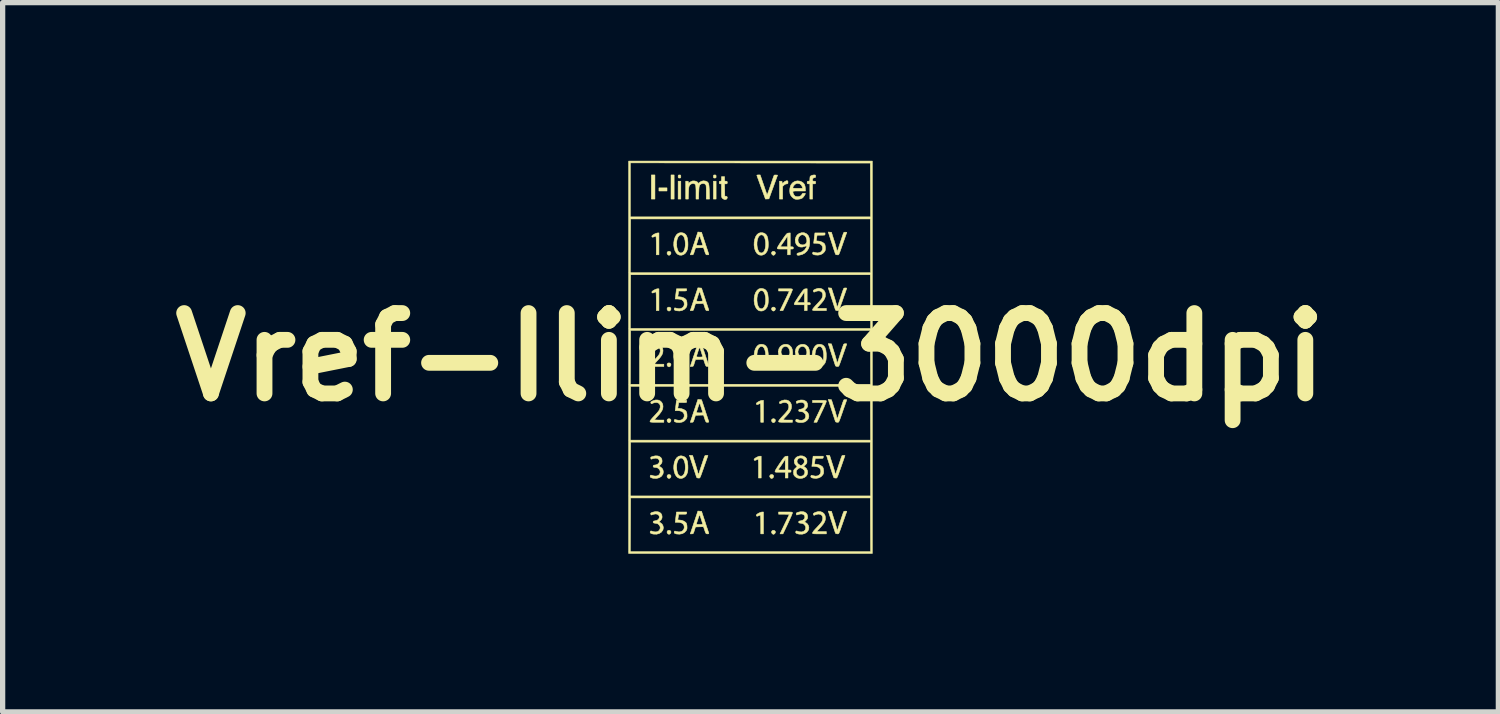
<source format=kicad_pcb>
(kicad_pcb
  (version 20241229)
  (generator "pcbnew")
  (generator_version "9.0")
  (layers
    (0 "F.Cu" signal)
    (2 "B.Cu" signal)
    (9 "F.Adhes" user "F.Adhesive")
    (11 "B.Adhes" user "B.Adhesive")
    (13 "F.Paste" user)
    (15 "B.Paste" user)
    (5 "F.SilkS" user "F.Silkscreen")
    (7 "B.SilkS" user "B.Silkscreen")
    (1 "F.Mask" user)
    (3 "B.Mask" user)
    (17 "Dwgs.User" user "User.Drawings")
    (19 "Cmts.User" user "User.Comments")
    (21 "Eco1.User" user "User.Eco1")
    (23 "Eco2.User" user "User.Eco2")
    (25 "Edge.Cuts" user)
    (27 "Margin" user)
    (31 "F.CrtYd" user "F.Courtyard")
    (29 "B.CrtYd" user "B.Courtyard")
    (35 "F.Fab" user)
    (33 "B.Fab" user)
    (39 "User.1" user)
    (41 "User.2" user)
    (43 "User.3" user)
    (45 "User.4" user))
  (footprint "Vref-Ilim-3000dpi"
    (layer "F.Cu")
    (at 11.183 3.722)
    (property "Reference" "Vref-Ilim-3000dpi" (at 0 0 0) (layer "F.SilkS") (effects (font (size 1.524 1.524) (thickness 0.3))))
    (attr through_hole)
    (fp_poly (pts (xy -1.812 -2.997) (xy -1.88 -2.997) (xy -1.88 -3.454) (xy -1.812 -3.454) (xy -1.812 -2.997)) (stroke (width 0.01) (type solid)) (fill yes) (layer "F.SilkS"))
    (fp_poly (pts (xy -1.583 -3.15) (xy -1.736 -3.15) (xy -1.736 -3.209) (xy -1.583 -3.209) (xy -1.583 -3.15)) (stroke (width 0.01) (type solid)) (fill yes) (layer "F.SilkS"))
    (fp_poly (pts (xy -1.448 -2.997) (xy -1.507 -2.997) (xy -1.507 -3.454) (xy -1.448 -3.454) (xy -1.448 -2.997)) (stroke (width 0.01) (type solid)) (fill yes) (layer "F.SilkS"))
    (fp_poly (pts (xy -1.321 -2.997) (xy -1.372 -2.997) (xy -1.372 -3.336) (xy -1.321 -3.336) (xy -1.321 -2.997)) (stroke (width 0.01) (type solid)) (fill yes) (layer "F.SilkS"))
    (fp_poly (pts (xy -0.652 -2.997) (xy -0.703 -2.997) (xy -0.703 -3.336) (xy -0.652 -3.336) (xy -0.652 -2.997)) (stroke (width 0.01) (type solid)) (fill yes) (layer "F.SilkS"))
    (fp_poly (pts (xy -1.522 -2) (xy -1.509 -1.984) (xy -1.509 -1.963) (xy -1.52 -1.944) (xy -1.536 -1.933) (xy -1.545 -1.93) (xy -1.56 -1.936) (xy -1.57 -1.944) (xy -1.582 -1.965) (xy -1.58 -1.986) (xy -1.566 -2.001) (xy -1.545 -2.007) (xy -1.522 -2)) (stroke (width 0.01) (type solid)) (fill yes) (layer "F.SilkS"))
    (fp_poly (pts (xy -1.522 -0.942) (xy -1.509 -0.925) (xy -1.509 -0.904) (xy -1.52 -0.885) (xy -1.536 -0.875) (xy -1.545 -0.872) (xy -1.56 -0.878) (xy -1.57 -0.885) (xy -1.582 -0.907) (xy -1.58 -0.927) (xy -1.566 -0.943) (xy -1.545 -0.948) (xy -1.522 -0.942)) (stroke (width 0.01) (type solid)) (fill yes) (layer "F.SilkS"))
    (fp_poly (pts (xy -1.522 0.117) (xy -1.509 0.133) (xy -1.509 0.154) (xy -1.52 0.173) (xy -1.536 0.184) (xy -1.545 0.186) (xy -1.56 0.181) (xy -1.57 0.173) (xy -1.582 0.152) (xy -1.58 0.131) (xy -1.566 0.115) (xy -1.545 0.11) (xy -1.522 0.117)) (stroke (width 0.01) (type solid)) (fill yes) (layer "F.SilkS"))
    (fp_poly (pts (xy -1.522 1.175) (xy -1.509 1.191) (xy -1.509 1.212) (xy -1.52 1.231) (xy -1.536 1.242) (xy -1.545 1.245) (xy -1.56 1.239) (xy -1.57 1.231) (xy -1.582 1.21) (xy -1.58 1.189) (xy -1.566 1.174) (xy -1.545 1.168) (xy -1.522 1.175)) (stroke (width 0.01) (type solid)) (fill yes) (layer "F.SilkS"))
    (fp_poly (pts (xy -1.522 2.233) (xy -1.509 2.25) (xy -1.509 2.271) (xy -1.52 2.29) (xy -1.536 2.3) (xy -1.545 2.303) (xy -1.56 2.297) (xy -1.57 2.29) (xy -1.582 2.268) (xy -1.58 2.248) (xy -1.566 2.232) (xy -1.545 2.227) (xy -1.522 2.233)) (stroke (width 0.01) (type solid)) (fill yes) (layer "F.SilkS"))
    (fp_poly (pts (xy -1.522 3.292) (xy -1.509 3.308) (xy -1.509 3.329) (xy -1.52 3.348) (xy -1.536 3.359) (xy -1.545 3.361) (xy -1.56 3.356) (xy -1.57 3.348) (xy -1.582 3.327) (xy -1.58 3.306) (xy -1.566 3.29) (xy -1.545 3.285) (xy -1.522 3.292)) (stroke (width 0.01) (type solid)) (fill yes) (layer "F.SilkS"))
    (fp_poly (pts (xy -1.329 -3.453) (xy -1.322 -3.444) (xy -1.321 -3.425) (xy -1.322 -3.405) (xy -1.329 -3.397) (xy -1.346 -3.395) (xy -1.363 -3.397) (xy -1.37 -3.405) (xy -1.372 -3.425) (xy -1.37 -3.445) (xy -1.363 -3.453) (xy -1.346 -3.454) (xy -1.329 -3.453)) (stroke (width 0.01) (type solid)) (fill yes) (layer "F.SilkS"))
    (fp_poly (pts (xy -0.66 -3.453) (xy -0.653 -3.444) (xy -0.652 -3.425) (xy -0.653 -3.405) (xy -0.661 -3.397) (xy -0.677 -3.395) (xy -0.694 -3.397) (xy -0.701 -3.405) (xy -0.703 -3.425) (xy -0.701 -3.445) (xy -0.694 -3.453) (xy -0.677 -3.454) (xy -0.66 -3.453)) (stroke (width 0.01) (type solid)) (fill yes) (layer "F.SilkS"))
    (fp_poly (pts (xy 0.425 2.233) (xy 0.438 2.25) (xy 0.438 2.271) (xy 0.427 2.29) (xy 0.411 2.3) (xy 0.402 2.303) (xy 0.387 2.297) (xy 0.377 2.29) (xy 0.365 2.268) (xy 0.367 2.248) (xy 0.381 2.232) (xy 0.402 2.227) (xy 0.425 2.233)) (stroke (width 0.01) (type solid)) (fill yes) (layer "F.SilkS"))
    (fp_poly (pts (xy 0.459 -2) (xy 0.472 -1.984) (xy 0.472 -1.963) (xy 0.461 -1.944) (xy 0.445 -1.933) (xy 0.436 -1.93) (xy 0.421 -1.936) (xy 0.411 -1.944) (xy 0.399 -1.965) (xy 0.401 -1.986) (xy 0.415 -2.001) (xy 0.436 -2.007) (xy 0.459 -2)) (stroke (width 0.01) (type solid)) (fill yes) (layer "F.SilkS"))
    (fp_poly (pts (xy 0.459 -0.942) (xy 0.472 -0.925) (xy 0.472 -0.904) (xy 0.461 -0.885) (xy 0.445 -0.875) (xy 0.436 -0.872) (xy 0.421 -0.878) (xy 0.411 -0.885) (xy 0.399 -0.907) (xy 0.401 -0.927) (xy 0.415 -0.943) (xy 0.436 -0.948) (xy 0.459 -0.942)) (stroke (width 0.01) (type solid)) (fill yes) (layer "F.SilkS"))
    (fp_poly (pts (xy 0.459 0.117) (xy 0.472 0.133) (xy 0.472 0.154) (xy 0.461 0.173) (xy 0.445 0.184) (xy 0.436 0.186) (xy 0.421 0.181) (xy 0.411 0.173) (xy 0.399 0.152) (xy 0.401 0.131) (xy 0.415 0.115) (xy 0.436 0.11) (xy 0.459 0.117)) (stroke (width 0.01) (type solid)) (fill yes) (layer "F.SilkS"))
    (fp_poly (pts (xy 0.459 1.175) (xy 0.472 1.191) (xy 0.472 1.212) (xy 0.461 1.231) (xy 0.445 1.242) (xy 0.436 1.245) (xy 0.421 1.239) (xy 0.411 1.231) (xy 0.399 1.21) (xy 0.401 1.189) (xy 0.415 1.174) (xy 0.436 1.168) (xy 0.459 1.175)) (stroke (width 0.01) (type solid)) (fill yes) (layer "F.SilkS"))
    (fp_poly (pts (xy 0.459 3.292) (xy 0.472 3.308) (xy 0.472 3.329) (xy 0.461 3.348) (xy 0.445 3.359) (xy 0.436 3.361) (xy 0.421 3.356) (xy 0.411 3.348) (xy 0.399 3.327) (xy 0.401 3.306) (xy 0.415 3.29) (xy 0.436 3.285) (xy 0.459 3.292)) (stroke (width 0.01) (type solid)) (fill yes) (layer "F.SilkS"))
    (fp_poly (pts (xy -1.736 -1.939) (xy -1.786 -1.939) (xy -1.786 -2.117) (xy -1.787 -2.186) (xy -1.788 -2.238) (xy -1.79 -2.273) (xy -1.793 -2.292) (xy -1.795 -2.294) (xy -1.808 -2.291) (xy -1.828 -2.282) (xy -1.829 -2.281) (xy -1.854 -2.273) (xy -1.867 -2.278) (xy -1.871 -2.293) (xy -1.864 -2.305) (xy -1.845 -2.319) (xy -1.82 -2.334) (xy -1.792 -2.346) (xy -1.768 -2.353) (xy -1.759 -2.354) (xy -1.736 -2.354) (xy -1.736 -1.939)) (stroke (width 0.01) (type solid)) (fill yes) (layer "F.SilkS"))
    (fp_poly (pts (xy -1.736 -0.881) (xy -1.786 -0.881) (xy -1.786 -1.058) (xy -1.787 -1.127) (xy -1.788 -1.18) (xy -1.79 -1.215) (xy -1.793 -1.233) (xy -1.795 -1.236) (xy -1.808 -1.233) (xy -1.828 -1.224) (xy -1.829 -1.223) (xy -1.854 -1.215) (xy -1.867 -1.22) (xy -1.871 -1.235) (xy -1.864 -1.246) (xy -1.845 -1.261) (xy -1.82 -1.275) (xy -1.792 -1.288) (xy -1.768 -1.295) (xy -1.759 -1.295) (xy -1.736 -1.295) (xy -1.736 -0.881)) (stroke (width 0.01) (type solid)) (fill yes) (layer "F.SilkS"))
    (fp_poly (pts (xy 0.203 2.294) (xy 0.152 2.294) (xy 0.152 2.117) (xy 0.152 2.048) (xy 0.151 1.995) (xy 0.149 1.96) (xy 0.146 1.942) (xy 0.144 1.939) (xy 0.13 1.942) (xy 0.111 1.951) (xy 0.109 1.952) (xy 0.085 1.96) (xy 0.071 1.955) (xy 0.068 1.94) (xy 0.075 1.929) (xy 0.094 1.914) (xy 0.119 1.9) (xy 0.147 1.887) (xy 0.171 1.88) (xy 0.18 1.88) (xy 0.203 1.88) (xy 0.203 2.294)) (stroke (width 0.01) (type solid)) (fill yes) (layer "F.SilkS"))
    (fp_poly (pts (xy 0.246 1.236) (xy 0.195 1.236) (xy 0.195 1.058) (xy 0.194 0.989) (xy 0.193 0.937) (xy 0.191 0.902) (xy 0.188 0.883) (xy 0.186 0.881) (xy 0.173 0.884) (xy 0.153 0.893) (xy 0.152 0.894) (xy 0.128 0.902) (xy 0.114 0.897) (xy 0.11 0.882) (xy 0.117 0.87) (xy 0.136 0.856) (xy 0.161 0.841) (xy 0.189 0.829) (xy 0.214 0.822) (xy 0.222 0.821) (xy 0.246 0.821) (xy 0.246 1.236)) (stroke (width 0.01) (type solid)) (fill yes) (layer "F.SilkS"))
    (fp_poly (pts (xy 0.246 3.353) (xy 0.195 3.353) (xy 0.195 3.175) (xy 0.194 3.106) (xy 0.193 3.054) (xy 0.191 3.018) (xy 0.188 3) (xy 0.186 2.997) (xy 0.173 3.001) (xy 0.153 3.01) (xy 0.152 3.01) (xy 0.128 3.019) (xy 0.114 3.014) (xy 0.11 2.999) (xy 0.117 2.987) (xy 0.136 2.972) (xy 0.161 2.958) (xy 0.189 2.946) (xy 0.214 2.939) (xy 0.222 2.938) (xy 0.246 2.938) (xy 0.246 3.353)) (stroke (width 0.01) (type solid)) (fill yes) (layer "F.SilkS"))
    (fp_poly (pts (xy 0.706 -3.341) (xy 0.711 -3.329) (xy 0.711 -3.315) (xy 0.71 -3.295) (xy 0.703 -3.287) (xy 0.685 -3.285) (xy 0.656 -3.277) (xy 0.634 -3.26) (xy 0.61 -3.236) (xy 0.61 -2.997) (xy 0.55 -2.997) (xy 0.55 -3.336) (xy 0.576 -3.336) (xy 0.593 -3.334) (xy 0.6 -3.325) (xy 0.601 -3.308) (xy 0.601 -3.281) (xy 0.62 -3.303) (xy 0.651 -3.331) (xy 0.684 -3.344) (xy 0.694 -3.344) (xy 0.706 -3.341)) (stroke (width 0.01) (type solid)) (fill yes) (layer "F.SilkS"))
    (fp_poly (pts (xy 0.714 -1.295) (xy 0.75 -1.295) (xy 0.773 -1.294) (xy 0.787 -1.291) (xy 0.793 -1.288) (xy 0.796 -1.282) (xy 0.796 -1.278) (xy 0.792 -1.265) (xy 0.782 -1.24) (xy 0.767 -1.204) (xy 0.747 -1.16) (xy 0.724 -1.11) (xy 0.706 -1.07) (xy 0.616 -0.881) (xy 0.56 -0.881) (xy 0.648 -1.064) (xy 0.673 -1.115) (xy 0.695 -1.161) (xy 0.713 -1.199) (xy 0.727 -1.228) (xy 0.735 -1.246) (xy 0.737 -1.25) (xy 0.729 -1.251) (xy 0.707 -1.252) (xy 0.675 -1.253) (xy 0.636 -1.253) (xy 0.533 -1.253) (xy 0.533 -1.295) (xy 0.665 -1.295) (xy 0.714 -1.295)) (stroke (width 0.01) (type solid)) (fill yes) (layer "F.SilkS"))
    (fp_poly (pts (xy 0.714 2.938) (xy 0.75 2.939) (xy 0.773 2.94) (xy 0.787 2.942) (xy 0.793 2.946) (xy 0.796 2.951) (xy 0.796 2.956) (xy 0.792 2.968) (xy 0.782 2.993) (xy 0.767 3.029) (xy 0.747 3.073) (xy 0.724 3.123) (xy 0.706 3.163) (xy 0.616 3.353) (xy 0.56 3.353) (xy 0.648 3.17) (xy 0.673 3.118) (xy 0.695 3.073) (xy 0.713 3.034) (xy 0.727 3.005) (xy 0.735 2.988) (xy 0.737 2.983) (xy 0.729 2.982) (xy 0.707 2.981) (xy 0.675 2.981) (xy 0.636 2.98) (xy 0.533 2.98) (xy 0.533 2.938) (xy 0.665 2.938) (xy 0.714 2.938)) (stroke (width 0.01) (type solid)) (fill yes) (layer "F.SilkS"))
    (fp_poly (pts (xy 1.358 0.821) (xy 1.393 0.822) (xy 1.416 0.823) (xy 1.43 0.825) (xy 1.437 0.829) (xy 1.439 0.835) (xy 1.439 0.839) (xy 1.436 0.851) (xy 1.426 0.876) (xy 1.411 0.912) (xy 1.391 0.957) (xy 1.368 1.007) (xy 1.349 1.046) (xy 1.259 1.236) (xy 1.203 1.236) (xy 1.292 1.053) (xy 1.316 1.002) (xy 1.338 0.956) (xy 1.357 0.917) (xy 1.37 0.888) (xy 1.378 0.871) (xy 1.38 0.867) (xy 1.372 0.866) (xy 1.351 0.865) (xy 1.319 0.864) (xy 1.28 0.864) (xy 1.177 0.864) (xy 1.177 0.821) (xy 1.308 0.821) (xy 1.358 0.821)) (stroke (width 0.01) (type solid)) (fill yes) (layer "F.SilkS"))
    (fp_poly (pts (xy 0.246 -3.274) (xy 0.264 -3.222) (xy 0.28 -3.174) (xy 0.294 -3.134) (xy 0.305 -3.104) (xy 0.312 -3.086) (xy 0.313 -3.083) (xy 0.318 -3.087) (xy 0.327 -3.105) (xy 0.34 -3.138) (xy 0.356 -3.183) (xy 0.375 -3.239) (xy 0.381 -3.256) (xy 0.399 -3.31) (xy 0.415 -3.357) (xy 0.429 -3.397) (xy 0.44 -3.427) (xy 0.447 -3.445) (xy 0.449 -3.449) (xy 0.461 -3.453) (xy 0.482 -3.453) (xy 0.484 -3.453) (xy 0.514 -3.45) (xy 0.432 -3.226) (xy 0.35 -3.001) (xy 0.284 -2.997) (xy 0.203 -3.218) (xy 0.182 -3.276) (xy 0.163 -3.329) (xy 0.146 -3.375) (xy 0.133 -3.411) (xy 0.124 -3.436) (xy 0.12 -3.447) (xy 0.12 -3.447) (xy 0.126 -3.452) (xy 0.143 -3.454) (xy 0.151 -3.454) (xy 0.184 -3.454) (xy 0.246 -3.274)) (stroke (width 0.01) (type solid)) (fill yes) (layer "F.SilkS"))
    (fp_poly (pts (xy -1.128 1.864) (xy -1.097 1.867) (xy -1.057 1.994) (xy -1.041 2.043) (xy -1.027 2.092) (xy -1.014 2.135) (xy -1.004 2.168) (xy -1.002 2.178) (xy -0.987 2.234) (xy -0.93 2.059) (xy -0.912 2.007) (xy -0.897 1.96) (xy -0.883 1.921) (xy -0.873 1.892) (xy -0.866 1.875) (xy -0.865 1.873) (xy -0.851 1.865) (xy -0.832 1.864) (xy -0.806 1.867) (xy -0.869 2.045) (xy -0.893 2.115) (xy -0.913 2.17) (xy -0.928 2.213) (xy -0.94 2.245) (xy -0.949 2.267) (xy -0.956 2.282) (xy -0.963 2.29) (xy -0.968 2.294) (xy -0.974 2.295) (xy -0.982 2.295) (xy -0.987 2.294) (xy -1.01 2.291) (xy -1.021 2.282) (xy -1.025 2.271) (xy -1.033 2.246) (xy -1.045 2.21) (xy -1.06 2.164) (xy -1.077 2.112) (xy -1.092 2.066) (xy -1.158 1.862) (xy -1.128 1.864)) (stroke (width 0.01) (type solid)) (fill yes) (layer "F.SilkS"))
    (fp_poly (pts (xy 1.229 -3.452) (xy 1.235 -3.442) (xy 1.236 -3.429) (xy 1.234 -3.411) (xy 1.224 -3.404) (xy 1.217 -3.404) (xy 1.192 -3.397) (xy 1.179 -3.378) (xy 1.177 -3.36) (xy 1.179 -3.344) (xy 1.188 -3.337) (xy 1.206 -3.336) (xy 1.226 -3.334) (xy 1.235 -3.327) (xy 1.236 -3.31) (xy 1.234 -3.293) (xy 1.226 -3.286) (xy 1.206 -3.285) (xy 1.177 -3.285) (xy 1.177 -2.997) (xy 1.126 -2.997) (xy 1.126 -3.285) (xy 1.101 -3.285) (xy 1.083 -3.287) (xy 1.076 -3.297) (xy 1.075 -3.31) (xy 1.077 -3.328) (xy 1.087 -3.335) (xy 1.101 -3.336) (xy 1.116 -3.337) (xy 1.123 -3.343) (xy 1.126 -3.358) (xy 1.126 -3.376) (xy 1.128 -3.402) (xy 1.131 -3.422) (xy 1.133 -3.426) (xy 1.148 -3.439) (xy 1.174 -3.449) (xy 1.202 -3.454) (xy 1.211 -3.454) (xy 1.229 -3.452)) (stroke (width 0.01) (type solid)) (fill yes) (layer "F.SilkS"))
    (fp_poly (pts (xy 1.472 1.864) (xy 1.502 1.867) (xy 1.542 1.994) (xy 1.558 2.043) (xy 1.573 2.092) (xy 1.586 2.135) (xy 1.595 2.168) (xy 1.598 2.178) (xy 1.612 2.234) (xy 1.67 2.059) (xy 1.687 2.007) (xy 1.703 1.96) (xy 1.716 1.921) (xy 1.727 1.892) (xy 1.733 1.875) (xy 1.734 1.873) (xy 1.748 1.865) (xy 1.767 1.864) (xy 1.793 1.867) (xy 1.731 2.045) (xy 1.706 2.115) (xy 1.686 2.17) (xy 1.671 2.213) (xy 1.659 2.245) (xy 1.65 2.267) (xy 1.643 2.282) (xy 1.637 2.29) (xy 1.631 2.294) (xy 1.625 2.295) (xy 1.618 2.295) (xy 1.612 2.294) (xy 1.589 2.291) (xy 1.578 2.282) (xy 1.574 2.271) (xy 1.566 2.246) (xy 1.554 2.21) (xy 1.539 2.164) (xy 1.522 2.112) (xy 1.507 2.066) (xy 1.441 1.862) (xy 1.472 1.864)) (stroke (width 0.01) (type solid)) (fill yes) (layer "F.SilkS"))
    (fp_poly (pts (xy 1.505 -2.369) (xy 1.536 -2.366) (xy 1.576 -2.239) (xy 1.592 -2.19) (xy 1.607 -2.142) (xy 1.619 -2.098) (xy 1.629 -2.065) (xy 1.631 -2.056) (xy 1.646 -1.999) (xy 1.704 -2.174) (xy 1.721 -2.226) (xy 1.737 -2.273) (xy 1.75 -2.313) (xy 1.761 -2.342) (xy 1.767 -2.358) (xy 1.768 -2.361) (xy 1.782 -2.368) (xy 1.801 -2.369) (xy 1.827 -2.366) (xy 1.764 -2.189) (xy 1.74 -2.119) (xy 1.72 -2.063) (xy 1.705 -2.02) (xy 1.693 -1.988) (xy 1.684 -1.966) (xy 1.677 -1.951) (xy 1.671 -1.943) (xy 1.665 -1.939) (xy 1.659 -1.938) (xy 1.651 -1.939) (xy 1.646 -1.939) (xy 1.623 -1.942) (xy 1.612 -1.951) (xy 1.608 -1.962) (xy 1.6 -1.987) (xy 1.588 -2.023) (xy 1.573 -2.069) (xy 1.556 -2.121) (xy 1.541 -2.167) (xy 1.475 -2.372) (xy 1.505 -2.369)) (stroke (width 0.01) (type solid)) (fill yes) (layer "F.SilkS"))
    (fp_poly (pts (xy 1.505 -1.311) (xy 1.536 -1.308) (xy 1.576 -1.181) (xy 1.592 -1.132) (xy 1.607 -1.083) (xy 1.619 -1.04) (xy 1.629 -1.007) (xy 1.631 -0.997) (xy 1.646 -0.941) (xy 1.704 -1.116) (xy 1.721 -1.168) (xy 1.737 -1.215) (xy 1.75 -1.254) (xy 1.761 -1.283) (xy 1.767 -1.3) (xy 1.768 -1.302) (xy 1.782 -1.31) (xy 1.801 -1.311) (xy 1.827 -1.308) (xy 1.764 -1.13) (xy 1.74 -1.06) (xy 1.72 -1.005) (xy 1.705 -0.962) (xy 1.693 -0.93) (xy 1.684 -0.908) (xy 1.677 -0.893) (xy 1.671 -0.885) (xy 1.665 -0.881) (xy 1.659 -0.88) (xy 1.651 -0.88) (xy 1.646 -0.881) (xy 1.623 -0.884) (xy 1.612 -0.893) (xy 1.608 -0.904) (xy 1.6 -0.929) (xy 1.588 -0.965) (xy 1.573 -1.011) (xy 1.556 -1.063) (xy 1.541 -1.109) (xy 1.475 -1.313) (xy 1.505 -1.311)) (stroke (width 0.01) (type solid)) (fill yes) (layer "F.SilkS"))
    (fp_poly (pts (xy 1.505 -0.252) (xy 1.536 -0.25) (xy 1.576 -0.123) (xy 1.592 -0.074) (xy 1.607 -0.025) (xy 1.619 0.018) (xy 1.629 0.052) (xy 1.631 0.061) (xy 1.646 0.118) (xy 1.704 -0.058) (xy 1.721 -0.11) (xy 1.737 -0.157) (xy 1.75 -0.196) (xy 1.761 -0.225) (xy 1.767 -0.242) (xy 1.768 -0.244) (xy 1.782 -0.251) (xy 1.801 -0.253) (xy 1.827 -0.25) (xy 1.764 -0.072) (xy 1.74 -0.002) (xy 1.72 0.053) (xy 1.705 0.096) (xy 1.693 0.128) (xy 1.684 0.151) (xy 1.677 0.165) (xy 1.671 0.174) (xy 1.665 0.177) (xy 1.659 0.178) (xy 1.651 0.178) (xy 1.646 0.178) (xy 1.623 0.174) (xy 1.612 0.166) (xy 1.608 0.155) (xy 1.6 0.13) (xy 1.588 0.093) (xy 1.573 0.048) (xy 1.556 -0.005) (xy 1.541 -0.051) (xy 1.475 -0.255) (xy 1.505 -0.252)) (stroke (width 0.01) (type solid)) (fill yes) (layer "F.SilkS"))
    (fp_poly (pts (xy 1.505 0.806) (xy 1.536 0.809) (xy 1.576 0.936) (xy 1.592 0.985) (xy 1.607 1.033) (xy 1.619 1.077) (xy 1.629 1.11) (xy 1.631 1.119) (xy 1.646 1.176) (xy 1.704 1.001) (xy 1.721 0.949) (xy 1.737 0.902) (xy 1.75 0.862) (xy 1.761 0.833) (xy 1.767 0.817) (xy 1.768 0.814) (xy 1.782 0.807) (xy 1.801 0.806) (xy 1.827 0.809) (xy 1.764 0.986) (xy 1.74 1.056) (xy 1.72 1.112) (xy 1.705 1.155) (xy 1.693 1.187) (xy 1.684 1.209) (xy 1.677 1.224) (xy 1.671 1.232) (xy 1.665 1.236) (xy 1.659 1.237) (xy 1.651 1.236) (xy 1.646 1.236) (xy 1.623 1.233) (xy 1.612 1.224) (xy 1.608 1.213) (xy 1.6 1.188) (xy 1.588 1.152) (xy 1.573 1.106) (xy 1.556 1.054) (xy 1.541 1.008) (xy 1.475 0.803) (xy 1.505 0.806)) (stroke (width 0.01) (type solid)) (fill yes) (layer "F.SilkS"))
    (fp_poly (pts (xy 1.505 2.923) (xy 1.536 2.925) (xy 1.576 3.052) (xy 1.592 3.101) (xy 1.607 3.15) (xy 1.619 3.193) (xy 1.629 3.227) (xy 1.631 3.236) (xy 1.646 3.293) (xy 1.704 3.117) (xy 1.721 3.065) (xy 1.737 3.018) (xy 1.75 2.979) (xy 1.761 2.95) (xy 1.767 2.933) (xy 1.768 2.931) (xy 1.782 2.924) (xy 1.801 2.922) (xy 1.827 2.925) (xy 1.764 3.103) (xy 1.74 3.173) (xy 1.72 3.228) (xy 1.705 3.271) (xy 1.693 3.303) (xy 1.684 3.326) (xy 1.677 3.34) (xy 1.671 3.349) (xy 1.665 3.352) (xy 1.659 3.353) (xy 1.651 3.353) (xy 1.646 3.353) (xy 1.623 3.349) (xy 1.612 3.341) (xy 1.608 3.33) (xy 1.6 3.305) (xy 1.588 3.268) (xy 1.573 3.223) (xy 1.556 3.17) (xy 1.541 3.124) (xy 1.475 2.92) (xy 1.505 2.923)) (stroke (width 0.01) (type solid)) (fill yes) (layer "F.SilkS"))
    (fp_poly (pts (xy -0.491 -3.378) (xy -0.491 -3.353) (xy -0.487 -3.341) (xy -0.478 -3.336) (xy -0.466 -3.336) (xy -0.448 -3.334) (xy -0.441 -3.324) (xy -0.44 -3.31) (xy -0.442 -3.293) (xy -0.452 -3.286) (xy -0.466 -3.285) (xy -0.492 -3.285) (xy -0.489 -3.169) (xy -0.487 -3.052) (xy -0.464 -3.05) (xy -0.446 -3.044) (xy -0.441 -3.031) (xy -0.44 -3.023) (xy -0.447 -3.002) (xy -0.464 -2.99) (xy -0.487 -2.988) (xy -0.512 -2.997) (xy -0.53 -3.01) (xy -0.538 -3.018) (xy -0.543 -3.027) (xy -0.547 -3.04) (xy -0.549 -3.06) (xy -0.55 -3.089) (xy -0.55 -3.13) (xy -0.55 -3.158) (xy -0.55 -3.285) (xy -0.572 -3.285) (xy -0.587 -3.288) (xy -0.592 -3.299) (xy -0.593 -3.31) (xy -0.59 -3.329) (xy -0.581 -3.335) (xy -0.572 -3.336) (xy -0.559 -3.337) (xy -0.553 -3.344) (xy -0.551 -3.361) (xy -0.55 -3.378) (xy -0.55 -3.421) (xy -0.491 -3.421) (xy -0.491 -3.378)) (stroke (width 0.01) (type solid)) (fill yes) (layer "F.SilkS"))
    (fp_poly (pts (xy 0.711 2.142) (xy 0.741 2.142) (xy 0.761 2.144) (xy 0.769 2.151) (xy 0.77 2.163) (xy 0.768 2.178) (xy 0.758 2.183) (xy 0.741 2.184) (xy 0.711 2.184) (xy 0.711 2.294) (xy 0.66 2.294) (xy 0.66 2.184) (xy 0.563 2.184) (xy 0.521 2.184) (xy 0.494 2.184) (xy 0.477 2.182) (xy 0.469 2.178) (xy 0.466 2.172) (xy 0.466 2.165) (xy 0.471 2.153) (xy 0.479 2.137) (xy 0.525 2.137) (xy 0.533 2.14) (xy 0.553 2.141) (xy 0.583 2.142) (xy 0.593 2.142) (xy 0.66 2.142) (xy 0.66 2.038) (xy 0.66 1.935) (xy 0.626 1.988) (xy 0.603 2.023) (xy 0.578 2.061) (xy 0.559 2.087) (xy 0.542 2.111) (xy 0.529 2.129) (xy 0.525 2.137) (xy 0.479 2.137) (xy 0.484 2.129) (xy 0.504 2.096) (xy 0.529 2.057) (xy 0.557 2.015) (xy 0.589 1.969) (xy 0.613 1.935) (xy 0.631 1.912) (xy 0.645 1.897) (xy 0.656 1.888) (xy 0.666 1.883) (xy 0.677 1.881) (xy 0.68 1.881) (xy 0.711 1.879) (xy 0.711 2.142)) (stroke (width 0.01) (type solid)) (fill yes) (layer "F.SilkS"))
    (fp_poly (pts (xy 0.754 -2.091) (xy 0.783 -2.091) (xy 0.803 -2.09) (xy 0.811 -2.083) (xy 0.813 -2.07) (xy 0.811 -2.056) (xy 0.801 -2.05) (xy 0.783 -2.049) (xy 0.754 -2.049) (xy 0.754 -1.939) (xy 0.703 -1.939) (xy 0.703 -2.049) (xy 0.605 -2.049) (xy 0.564 -2.049) (xy 0.536 -2.05) (xy 0.519 -2.052) (xy 0.511 -2.055) (xy 0.509 -2.062) (xy 0.508 -2.068) (xy 0.513 -2.081) (xy 0.522 -2.096) (xy 0.567 -2.096) (xy 0.575 -2.094) (xy 0.596 -2.092) (xy 0.625 -2.091) (xy 0.635 -2.091) (xy 0.703 -2.091) (xy 0.703 -2.195) (xy 0.703 -2.299) (xy 0.669 -2.245) (xy 0.646 -2.21) (xy 0.62 -2.173) (xy 0.601 -2.146) (xy 0.584 -2.122) (xy 0.572 -2.104) (xy 0.567 -2.096) (xy 0.522 -2.096) (xy 0.526 -2.105) (xy 0.546 -2.137) (xy 0.571 -2.176) (xy 0.6 -2.218) (xy 0.631 -2.264) (xy 0.655 -2.298) (xy 0.673 -2.321) (xy 0.687 -2.337) (xy 0.698 -2.346) (xy 0.708 -2.35) (xy 0.719 -2.352) (xy 0.722 -2.352) (xy 0.754 -2.355) (xy 0.754 -2.091)) (stroke (width 0.01) (type solid)) (fill yes) (layer "F.SilkS"))
    (fp_poly (pts (xy 1.075 -1.033) (xy 1.105 -1.033) (xy 1.125 -1.031) (xy 1.133 -1.024) (xy 1.135 -1.012) (xy 1.132 -0.997) (xy 1.122 -0.992) (xy 1.105 -0.991) (xy 1.075 -0.991) (xy 1.075 -0.881) (xy 1.024 -0.881) (xy 1.024 -0.991) (xy 0.927 -0.991) (xy 0.885 -0.991) (xy 0.858 -0.991) (xy 0.841 -0.993) (xy 0.833 -0.997) (xy 0.83 -1.003) (xy 0.83 -1.01) (xy 0.835 -1.022) (xy 0.843 -1.038) (xy 0.889 -1.038) (xy 0.897 -1.035) (xy 0.918 -1.034) (xy 0.947 -1.033) (xy 0.957 -1.033) (xy 1.024 -1.033) (xy 1.024 -1.137) (xy 1.024 -1.24) (xy 0.99 -1.187) (xy 0.967 -1.152) (xy 0.942 -1.114) (xy 0.923 -1.088) (xy 0.906 -1.064) (xy 0.894 -1.046) (xy 0.889 -1.038) (xy 0.843 -1.038) (xy 0.848 -1.046) (xy 0.868 -1.079) (xy 0.893 -1.118) (xy 0.921 -1.16) (xy 0.953 -1.206) (xy 0.977 -1.24) (xy 0.995 -1.263) (xy 1.009 -1.278) (xy 1.02 -1.287) (xy 1.03 -1.292) (xy 1.041 -1.294) (xy 1.044 -1.294) (xy 1.075 -1.296) (xy 1.075 -1.033)) (stroke (width 0.01) (type solid)) (fill yes) (layer "F.SilkS"))
    (fp_poly (pts (xy -1.211 -1.274) (xy -1.211 -1.264) (xy -1.215 -1.258) (xy -1.226 -1.255) (xy -1.247 -1.253) (xy -1.281 -1.253) (xy -1.286 -1.253) (xy -1.362 -1.253) (xy -1.368 -1.213) (xy -1.372 -1.186) (xy -1.376 -1.164) (xy -1.377 -1.158) (xy -1.377 -1.148) (xy -1.368 -1.144) (xy -1.345 -1.143) (xy -1.345 -1.143) (xy -1.304 -1.137) (xy -1.264 -1.122) (xy -1.231 -1.1) (xy -1.224 -1.093) (xy -1.212 -1.071) (xy -1.205 -1.038) (xy -1.204 -1.022) (xy -1.203 -0.99) (xy -1.207 -0.967) (xy -1.216 -0.947) (xy -1.221 -0.94) (xy -1.253 -0.906) (xy -1.296 -0.884) (xy -1.346 -0.874) (xy -1.401 -0.879) (xy -1.416 -0.882) (xy -1.439 -0.892) (xy -1.447 -0.905) (xy -1.443 -0.925) (xy -1.438 -0.932) (xy -1.427 -0.932) (xy -1.407 -0.927) (xy -1.401 -0.925) (xy -1.357 -0.917) (xy -1.318 -0.922) (xy -1.286 -0.939) (xy -1.265 -0.966) (xy -1.256 -0.995) (xy -1.259 -1.034) (xy -1.275 -1.065) (xy -1.305 -1.087) (xy -1.348 -1.099) (xy -1.38 -1.101) (xy -1.427 -1.101) (xy -1.403 -1.295) (xy -1.211 -1.295) (xy -1.211 -1.274)) (stroke (width 0.01) (type solid)) (fill yes) (layer "F.SilkS"))
    (fp_poly (pts (xy -1.211 2.959) (xy -1.211 2.969) (xy -1.215 2.975) (xy -1.226 2.979) (xy -1.247 2.98) (xy -1.281 2.98) (xy -1.286 2.98) (xy -1.362 2.98) (xy -1.368 3.02) (xy -1.372 3.048) (xy -1.376 3.07) (xy -1.377 3.076) (xy -1.377 3.085) (xy -1.368 3.089) (xy -1.345 3.091) (xy -1.345 3.091) (xy -1.304 3.096) (xy -1.264 3.111) (xy -1.231 3.133) (xy -1.224 3.14) (xy -1.212 3.162) (xy -1.205 3.196) (xy -1.204 3.211) (xy -1.203 3.244) (xy -1.207 3.266) (xy -1.216 3.286) (xy -1.221 3.294) (xy -1.253 3.328) (xy -1.296 3.35) (xy -1.346 3.359) (xy -1.401 3.355) (xy -1.416 3.351) (xy -1.439 3.342) (xy -1.447 3.328) (xy -1.443 3.308) (xy -1.438 3.301) (xy -1.427 3.301) (xy -1.407 3.307) (xy -1.401 3.308) (xy -1.357 3.316) (xy -1.318 3.311) (xy -1.286 3.294) (xy -1.265 3.267) (xy -1.256 3.238) (xy -1.259 3.199) (xy -1.275 3.169) (xy -1.305 3.147) (xy -1.348 3.135) (xy -1.38 3.133) (xy -1.427 3.133) (xy -1.403 2.938) (xy -1.211 2.938) (xy -1.211 2.959)) (stroke (width 0.01) (type solid)) (fill yes) (layer "F.SilkS"))
    (fp_poly (pts (xy 1.38 1.901) (xy 1.379 1.911) (xy 1.375 1.917) (xy 1.365 1.92) (xy 1.344 1.922) (xy 1.31 1.922) (xy 1.304 1.922) (xy 1.229 1.922) (xy 1.223 1.962) (xy 1.219 1.989) (xy 1.215 2.011) (xy 1.214 2.017) (xy 1.214 2.027) (xy 1.223 2.031) (xy 1.246 2.032) (xy 1.246 2.032) (xy 1.286 2.038) (xy 1.327 2.053) (xy 1.359 2.075) (xy 1.367 2.082) (xy 1.379 2.104) (xy 1.385 2.137) (xy 1.387 2.153) (xy 1.388 2.185) (xy 1.384 2.208) (xy 1.375 2.228) (xy 1.37 2.235) (xy 1.338 2.269) (xy 1.295 2.291) (xy 1.245 2.301) (xy 1.19 2.296) (xy 1.175 2.293) (xy 1.152 2.283) (xy 1.143 2.27) (xy 1.148 2.25) (xy 1.153 2.243) (xy 1.163 2.243) (xy 1.184 2.248) (xy 1.19 2.25) (xy 1.234 2.258) (xy 1.273 2.253) (xy 1.304 2.236) (xy 1.326 2.209) (xy 1.334 2.18) (xy 1.332 2.141) (xy 1.316 2.11) (xy 1.286 2.088) (xy 1.243 2.076) (xy 1.21 2.074) (xy 1.164 2.074) (xy 1.188 1.88) (xy 1.38 1.88) (xy 1.38 1.901)) (stroke (width 0.01) (type solid)) (fill yes) (layer "F.SilkS"))
    (fp_poly (pts (xy -1.211 0.842) (xy -1.211 0.852) (xy -1.215 0.859) (xy -1.226 0.862) (xy -1.247 0.863) (xy -1.281 0.864) (xy -1.286 0.864) (xy -1.362 0.864) (xy -1.368 0.904) (xy -1.372 0.931) (xy -1.376 0.953) (xy -1.377 0.959) (xy -1.377 0.968) (xy -1.368 0.973) (xy -1.345 0.974) (xy -1.345 0.974) (xy -1.304 0.98) (xy -1.264 0.995) (xy -1.231 1.016) (xy -1.224 1.024) (xy -1.212 1.045) (xy -1.205 1.079) (xy -1.204 1.095) (xy -1.203 1.127) (xy -1.207 1.15) (xy -1.216 1.169) (xy -1.221 1.177) (xy -1.253 1.211) (xy -1.296 1.233) (xy -1.346 1.242) (xy -1.401 1.238) (xy -1.416 1.234) (xy -1.439 1.225) (xy -1.447 1.212) (xy -1.443 1.192) (xy -1.438 1.185) (xy -1.427 1.184) (xy -1.407 1.19) (xy -1.401 1.192) (xy -1.357 1.2) (xy -1.318 1.195) (xy -1.286 1.178) (xy -1.265 1.15) (xy -1.256 1.122) (xy -1.259 1.083) (xy -1.275 1.052) (xy -1.305 1.03) (xy -1.348 1.018) (xy -1.38 1.016) (xy -1.427 1.016) (xy -1.415 0.919) (xy -1.403 0.821) (xy -1.211 0.821) (xy -1.211 0.842)) (stroke (width 0.01) (type solid)) (fill yes) (layer "F.SilkS"))
    (fp_poly (pts (xy 1.414 -2.333) (xy 1.413 -2.323) (xy 1.409 -2.316) (xy 1.399 -2.313) (xy 1.378 -2.312) (xy 1.344 -2.311) (xy 1.338 -2.311) (xy 1.263 -2.311) (xy 1.257 -2.271) (xy 1.253 -2.244) (xy 1.249 -2.222) (xy 1.248 -2.216) (xy 1.248 -2.207) (xy 1.257 -2.202) (xy 1.28 -2.201) (xy 1.28 -2.201) (xy 1.32 -2.195) (xy 1.36 -2.18) (xy 1.393 -2.159) (xy 1.401 -2.151) (xy 1.413 -2.13) (xy 1.419 -2.096) (xy 1.421 -2.08) (xy 1.421 -2.048) (xy 1.418 -2.025) (xy 1.409 -2.006) (xy 1.404 -1.998) (xy 1.371 -1.964) (xy 1.329 -1.942) (xy 1.279 -1.933) (xy 1.223 -1.937) (xy 1.209 -1.941) (xy 1.186 -1.95) (xy 1.177 -1.963) (xy 1.182 -1.983) (xy 1.187 -1.99) (xy 1.197 -1.991) (xy 1.218 -1.985) (xy 1.224 -1.983) (xy 1.268 -1.975) (xy 1.307 -1.98) (xy 1.338 -1.997) (xy 1.36 -2.025) (xy 1.368 -2.053) (xy 1.366 -2.092) (xy 1.349 -2.123) (xy 1.319 -2.145) (xy 1.277 -2.157) (xy 1.244 -2.159) (xy 1.198 -2.159) (xy 1.21 -2.256) (xy 1.222 -2.354) (xy 1.414 -2.354) (xy 1.414 -2.333)) (stroke (width 0.01) (type solid)) (fill yes) (layer "F.SilkS"))
    (fp_poly (pts (xy -1.306 -2.36) (xy -1.265 -2.35) (xy -1.233 -2.329) (xy -1.21 -2.296) (xy -1.195 -2.249) (xy -1.188 -2.189) (xy -1.187 -2.177) (xy -1.186 -2.131) (xy -1.188 -2.088) (xy -1.193 -2.055) (xy -1.193 -2.052) (xy -1.21 -2.006) (xy -1.236 -1.969) (xy -1.269 -1.944) (xy -1.306 -1.932) (xy -1.344 -1.933) (xy -1.377 -1.946) (xy -1.407 -1.974) (xy -1.431 -2.014) (xy -1.447 -2.063) (xy -1.455 -2.118) (xy -1.455 -2.131) (xy -1.401 -2.131) (xy -1.396 -2.083) (xy -1.385 -2.04) (xy -1.37 -2.005) (xy -1.352 -1.985) (xy -1.323 -1.974) (xy -1.295 -1.979) (xy -1.275 -1.994) (xy -1.257 -2.023) (xy -1.244 -2.063) (xy -1.237 -2.108) (xy -1.236 -2.157) (xy -1.24 -2.205) (xy -1.25 -2.248) (xy -1.264 -2.284) (xy -1.283 -2.307) (xy -1.288 -2.311) (xy -1.317 -2.319) (xy -1.344 -2.311) (xy -1.368 -2.286) (xy -1.379 -2.266) (xy -1.393 -2.226) (xy -1.4 -2.18) (xy -1.401 -2.131) (xy -1.455 -2.131) (xy -1.454 -2.175) (xy -1.445 -2.23) (xy -1.427 -2.281) (xy -1.425 -2.285) (xy -1.397 -2.326) (xy -1.365 -2.35) (xy -1.327 -2.36) (xy -1.306 -2.36)) (stroke (width 0.01) (type solid)) (fill yes) (layer "F.SilkS"))
    (fp_poly (pts (xy -1.306 -0.243) (xy -1.265 -0.233) (xy -1.233 -0.212) (xy -1.21 -0.179) (xy -1.195 -0.133) (xy -1.188 -0.072) (xy -1.187 -0.06) (xy -1.186 -0.015) (xy -1.188 0.028) (xy -1.193 0.062) (xy -1.193 0.065) (xy -1.21 0.111) (xy -1.236 0.147) (xy -1.269 0.172) (xy -1.306 0.185) (xy -1.344 0.184) (xy -1.377 0.17) (xy -1.407 0.142) (xy -1.431 0.102) (xy -1.447 0.053) (xy -1.455 -0.001) (xy -1.455 -0.014) (xy -1.401 -0.014) (xy -1.396 0.034) (xy -1.385 0.077) (xy -1.37 0.111) (xy -1.352 0.131) (xy -1.323 0.143) (xy -1.295 0.138) (xy -1.275 0.123) (xy -1.257 0.093) (xy -1.244 0.054) (xy -1.237 0.008) (xy -1.236 -0.04) (xy -1.24 -0.088) (xy -1.25 -0.132) (xy -1.264 -0.167) (xy -1.283 -0.191) (xy -1.288 -0.194) (xy -1.317 -0.203) (xy -1.344 -0.194) (xy -1.368 -0.169) (xy -1.379 -0.149) (xy -1.393 -0.11) (xy -1.4 -0.064) (xy -1.401 -0.014) (xy -1.455 -0.014) (xy -1.454 -0.058) (xy -1.445 -0.114) (xy -1.427 -0.165) (xy -1.425 -0.168) (xy -1.397 -0.209) (xy -1.365 -0.234) (xy -1.327 -0.243) (xy -1.306 -0.243)) (stroke (width 0.01) (type solid)) (fill yes) (layer "F.SilkS"))
    (fp_poly (pts (xy -1.306 1.874) (xy -1.265 1.884) (xy -1.233 1.905) (xy -1.21 1.938) (xy -1.195 1.984) (xy -1.188 2.045) (xy -1.187 2.057) (xy -1.186 2.102) (xy -1.188 2.145) (xy -1.193 2.179) (xy -1.193 2.182) (xy -1.21 2.228) (xy -1.236 2.264) (xy -1.269 2.289) (xy -1.306 2.302) (xy -1.344 2.3) (xy -1.377 2.287) (xy -1.407 2.259) (xy -1.431 2.219) (xy -1.447 2.17) (xy -1.455 2.115) (xy -1.455 2.102) (xy -1.401 2.102) (xy -1.396 2.15) (xy -1.385 2.194) (xy -1.37 2.228) (xy -1.352 2.248) (xy -1.323 2.26) (xy -1.295 2.255) (xy -1.275 2.239) (xy -1.257 2.21) (xy -1.244 2.171) (xy -1.237 2.125) (xy -1.236 2.076) (xy -1.24 2.028) (xy -1.25 1.985) (xy -1.264 1.95) (xy -1.283 1.926) (xy -1.288 1.922) (xy -1.317 1.914) (xy -1.344 1.922) (xy -1.368 1.947) (xy -1.379 1.968) (xy -1.393 2.007) (xy -1.4 2.053) (xy -1.401 2.102) (xy -1.455 2.102) (xy -1.454 2.059) (xy -1.445 2.003) (xy -1.427 1.952) (xy -1.425 1.948) (xy -1.397 1.908) (xy -1.365 1.883) (xy -1.327 1.873) (xy -1.306 1.874)) (stroke (width 0.01) (type solid)) (fill yes) (layer "F.SilkS"))
    (fp_poly (pts (xy 0.218 -2.36) (xy 0.259 -2.35) (xy 0.291 -2.329) (xy 0.314 -2.296) (xy 0.329 -2.249) (xy 0.336 -2.189) (xy 0.337 -2.177) (xy 0.338 -2.131) (xy 0.336 -2.088) (xy 0.331 -2.055) (xy 0.331 -2.052) (xy 0.314 -2.006) (xy 0.288 -1.969) (xy 0.255 -1.944) (xy 0.218 -1.932) (xy 0.18 -1.933) (xy 0.147 -1.946) (xy 0.117 -1.974) (xy 0.093 -2.014) (xy 0.077 -2.063) (xy 0.069 -2.118) (xy 0.069 -2.131) (xy 0.123 -2.131) (xy 0.128 -2.083) (xy 0.139 -2.04) (xy 0.154 -2.005) (xy 0.172 -1.985) (xy 0.201 -1.974) (xy 0.229 -1.979) (xy 0.249 -1.994) (xy 0.267 -2.023) (xy 0.28 -2.063) (xy 0.287 -2.108) (xy 0.288 -2.157) (xy 0.284 -2.205) (xy 0.274 -2.248) (xy 0.26 -2.284) (xy 0.241 -2.307) (xy 0.236 -2.311) (xy 0.207 -2.319) (xy 0.18 -2.311) (xy 0.156 -2.286) (xy 0.145 -2.266) (xy 0.131 -2.226) (xy 0.124 -2.18) (xy 0.123 -2.131) (xy 0.069 -2.131) (xy 0.07 -2.175) (xy 0.079 -2.23) (xy 0.097 -2.281) (xy 0.099 -2.285) (xy 0.127 -2.326) (xy 0.159 -2.35) (xy 0.197 -2.36) (xy 0.218 -2.36)) (stroke (width 0.01) (type solid)) (fill yes) (layer "F.SilkS"))
    (fp_poly (pts (xy 0.218 -1.301) (xy 0.259 -1.291) (xy 0.291 -1.27) (xy 0.314 -1.237) (xy 0.329 -1.191) (xy 0.336 -1.13) (xy 0.337 -1.118) (xy 0.338 -1.073) (xy 0.336 -1.03) (xy 0.331 -0.996) (xy 0.331 -0.993) (xy 0.314 -0.947) (xy 0.288 -0.911) (xy 0.255 -0.886) (xy 0.218 -0.873) (xy 0.18 -0.875) (xy 0.147 -0.888) (xy 0.117 -0.916) (xy 0.093 -0.956) (xy 0.077 -1.005) (xy 0.069 -1.06) (xy 0.069 -1.073) (xy 0.123 -1.073) (xy 0.128 -1.025) (xy 0.139 -0.981) (xy 0.154 -0.947) (xy 0.172 -0.927) (xy 0.201 -0.915) (xy 0.229 -0.92) (xy 0.249 -0.936) (xy 0.267 -0.965) (xy 0.28 -1.004) (xy 0.287 -1.05) (xy 0.288 -1.099) (xy 0.284 -1.147) (xy 0.274 -1.19) (xy 0.26 -1.225) (xy 0.241 -1.249) (xy 0.236 -1.253) (xy 0.207 -1.261) (xy 0.18 -1.253) (xy 0.156 -1.228) (xy 0.145 -1.207) (xy 0.131 -1.168) (xy 0.124 -1.122) (xy 0.123 -1.073) (xy 0.069 -1.073) (xy 0.07 -1.116) (xy 0.079 -1.172) (xy 0.097 -1.223) (xy 0.099 -1.227) (xy 0.127 -1.267) (xy 0.159 -1.292) (xy 0.197 -1.302) (xy 0.218 -1.301)) (stroke (width 0.01) (type solid)) (fill yes) (layer "F.SilkS"))
    (fp_poly (pts (xy 0.218 -0.243) (xy 0.259 -0.233) (xy 0.291 -0.212) (xy 0.314 -0.179) (xy 0.329 -0.133) (xy 0.336 -0.072) (xy 0.337 -0.06) (xy 0.338 -0.015) (xy 0.336 0.028) (xy 0.331 0.062) (xy 0.331 0.065) (xy 0.314 0.111) (xy 0.288 0.147) (xy 0.255 0.172) (xy 0.218 0.185) (xy 0.18 0.184) (xy 0.147 0.17) (xy 0.117 0.142) (xy 0.093 0.102) (xy 0.077 0.053) (xy 0.069 -0.001) (xy 0.069 -0.014) (xy 0.123 -0.014) (xy 0.128 0.034) (xy 0.139 0.077) (xy 0.154 0.111) (xy 0.172 0.131) (xy 0.201 0.143) (xy 0.229 0.138) (xy 0.249 0.123) (xy 0.267 0.093) (xy 0.28 0.054) (xy 0.287 0.008) (xy 0.288 -0.04) (xy 0.284 -0.088) (xy 0.274 -0.132) (xy 0.26 -0.167) (xy 0.241 -0.191) (xy 0.236 -0.194) (xy 0.207 -0.203) (xy 0.18 -0.194) (xy 0.156 -0.169) (xy 0.145 -0.149) (xy 0.131 -0.11) (xy 0.124 -0.064) (xy 0.123 -0.014) (xy 0.069 -0.014) (xy 0.07 -0.058) (xy 0.079 -0.114) (xy 0.097 -0.165) (xy 0.099 -0.168) (xy 0.127 -0.209) (xy 0.159 -0.234) (xy 0.197 -0.243) (xy 0.218 -0.243)) (stroke (width 0.01) (type solid)) (fill yes) (layer "F.SilkS"))
    (fp_poly (pts (xy 1.319 -0.243) (xy 1.36 -0.233) (xy 1.391 -0.212) (xy 1.414 -0.179) (xy 1.429 -0.133) (xy 1.437 -0.072) (xy 1.438 -0.06) (xy 1.438 -0.015) (xy 1.436 0.028) (xy 1.432 0.062) (xy 1.431 0.065) (xy 1.415 0.111) (xy 1.389 0.147) (xy 1.356 0.172) (xy 1.319 0.185) (xy 1.28 0.184) (xy 1.248 0.17) (xy 1.218 0.142) (xy 1.194 0.102) (xy 1.178 0.053) (xy 1.17 -0.001) (xy 1.17 -0.014) (xy 1.224 -0.014) (xy 1.229 0.034) (xy 1.239 0.077) (xy 1.255 0.111) (xy 1.273 0.131) (xy 1.302 0.143) (xy 1.33 0.138) (xy 1.35 0.123) (xy 1.368 0.093) (xy 1.381 0.054) (xy 1.387 0.008) (xy 1.389 -0.04) (xy 1.384 -0.088) (xy 1.375 -0.132) (xy 1.361 -0.167) (xy 1.342 -0.191) (xy 1.336 -0.194) (xy 1.307 -0.203) (xy 1.281 -0.194) (xy 1.257 -0.169) (xy 1.245 -0.149) (xy 1.232 -0.11) (xy 1.225 -0.064) (xy 1.224 -0.014) (xy 1.17 -0.014) (xy 1.17 -0.058) (xy 1.18 -0.114) (xy 1.198 -0.165) (xy 1.2 -0.168) (xy 1.227 -0.209) (xy 1.259 -0.234) (xy 1.298 -0.243) (xy 1.319 -0.243)) (stroke (width 0.01) (type solid)) (fill yes) (layer "F.SilkS"))
    (fp_poly (pts (xy -1.752 -0.243) (xy -1.714 -0.228) (xy -1.684 -0.202) (xy -1.665 -0.165) (xy -1.659 -0.123) (xy -1.663 -0.087) (xy -1.675 -0.051) (xy -1.698 -0.013) (xy -1.731 0.03) (xy -1.758 0.059) (xy -1.783 0.086) (xy -1.804 0.109) (xy -1.817 0.125) (xy -1.82 0.13) (xy -1.812 0.132) (xy -1.791 0.134) (xy -1.76 0.135) (xy -1.731 0.135) (xy -1.643 0.135) (xy -1.643 0.178) (xy -1.774 0.178) (xy -1.823 0.178) (xy -1.859 0.177) (xy -1.882 0.176) (xy -1.896 0.174) (xy -1.903 0.17) (xy -1.905 0.165) (xy -1.905 0.16) (xy -1.899 0.145) (xy -1.88 0.12) (xy -1.851 0.086) (xy -1.822 0.056) (xy -1.791 0.022) (xy -1.762 -0.01) (xy -1.74 -0.038) (xy -1.726 -0.058) (xy -1.725 -0.061) (xy -1.712 -0.102) (xy -1.712 -0.139) (xy -1.724 -0.168) (xy -1.748 -0.189) (xy -1.782 -0.197) (xy -1.787 -0.198) (xy -1.818 -0.194) (xy -1.847 -0.186) (xy -1.852 -0.183) (xy -1.87 -0.175) (xy -1.88 -0.175) (xy -1.887 -0.183) (xy -1.888 -0.185) (xy -1.891 -0.199) (xy -1.885 -0.211) (xy -1.865 -0.223) (xy -1.843 -0.233) (xy -1.796 -0.245) (xy -1.752 -0.243)) (stroke (width 0.01) (type solid)) (fill yes) (layer "F.SilkS"))
    (fp_poly (pts (xy -1.752 0.815) (xy -1.714 0.83) (xy -1.684 0.857) (xy -1.665 0.894) (xy -1.659 0.935) (xy -1.663 0.972) (xy -1.675 1.007) (xy -1.698 1.045) (xy -1.731 1.088) (xy -1.758 1.117) (xy -1.783 1.144) (xy -1.804 1.167) (xy -1.817 1.183) (xy -1.82 1.189) (xy -1.812 1.191) (xy -1.791 1.192) (xy -1.76 1.194) (xy -1.731 1.194) (xy -1.643 1.194) (xy -1.643 1.236) (xy -1.774 1.236) (xy -1.823 1.236) (xy -1.859 1.236) (xy -1.882 1.234) (xy -1.896 1.232) (xy -1.903 1.228) (xy -1.905 1.223) (xy -1.905 1.218) (xy -1.899 1.203) (xy -1.88 1.178) (xy -1.851 1.145) (xy -1.822 1.114) (xy -1.791 1.08) (xy -1.762 1.048) (xy -1.74 1.02) (xy -1.726 1.001) (xy -1.725 0.998) (xy -1.712 0.956) (xy -1.712 0.92) (xy -1.724 0.89) (xy -1.748 0.87) (xy -1.782 0.861) (xy -1.787 0.861) (xy -1.818 0.864) (xy -1.847 0.873) (xy -1.852 0.875) (xy -1.87 0.884) (xy -1.88 0.884) (xy -1.887 0.875) (xy -1.888 0.873) (xy -1.891 0.859) (xy -1.885 0.848) (xy -1.865 0.836) (xy -1.843 0.826) (xy -1.796 0.813) (xy -1.752 0.815)) (stroke (width 0.01) (type solid)) (fill yes) (layer "F.SilkS"))
    (fp_poly (pts (xy -0.928 -2.366) (xy -0.862 -2.167) (xy -0.844 -2.112) (xy -0.827 -2.061) (xy -0.812 -2.017) (xy -0.801 -1.983) (xy -0.793 -1.961) (xy -0.791 -1.954) (xy -0.791 -1.944) (xy -0.801 -1.939) (xy -0.816 -1.939) (xy -0.83 -1.939) (xy -0.84 -1.943) (xy -0.848 -1.954) (xy -0.857 -1.973) (xy -0.868 -2.006) (xy -0.868 -2.007) (xy -0.891 -2.075) (xy -0.967 -2.073) (xy -1.043 -2.07) (xy -1.064 -2.004) (xy -1.074 -1.972) (xy -1.082 -1.953) (xy -1.09 -1.943) (xy -1.1 -1.939) (xy -1.113 -1.939) (xy -1.142 -1.939) (xy -1.08 -2.123) (xy -1.024 -2.123) (xy -1.017 -2.12) (xy -0.996 -2.118) (xy -0.968 -2.117) (xy -0.965 -2.117) (xy -0.936 -2.117) (xy -0.915 -2.12) (xy -0.906 -2.123) (xy -0.906 -2.123) (xy -0.908 -2.133) (xy -0.915 -2.156) (xy -0.925 -2.188) (xy -0.937 -2.225) (xy -0.95 -2.265) (xy -0.962 -2.303) (xy -0.966 -2.299) (xy -0.973 -2.283) (xy -0.983 -2.258) (xy -0.994 -2.227) (xy -1.004 -2.195) (xy -1.014 -2.164) (xy -1.021 -2.14) (xy -1.024 -2.124) (xy -1.024 -2.123) (xy -1.08 -2.123) (xy -1.069 -2.155) (xy -0.997 -2.372) (xy -0.928 -2.366)) (stroke (width 0.01) (type solid)) (fill yes) (layer "F.SilkS"))
    (fp_poly (pts (xy -0.928 0.809) (xy -0.862 1.008) (xy -0.844 1.063) (xy -0.827 1.114) (xy -0.812 1.158) (xy -0.801 1.192) (xy -0.793 1.214) (xy -0.791 1.221) (xy -0.791 1.231) (xy -0.801 1.236) (xy -0.816 1.236) (xy -0.83 1.236) (xy -0.84 1.232) (xy -0.848 1.221) (xy -0.857 1.202) (xy -0.868 1.169) (xy -0.868 1.168) (xy -0.891 1.1) (xy -0.967 1.102) (xy -1.043 1.105) (xy -1.064 1.171) (xy -1.074 1.203) (xy -1.082 1.222) (xy -1.09 1.232) (xy -1.1 1.236) (xy -1.113 1.236) (xy -1.142 1.236) (xy -1.08 1.052) (xy -1.024 1.052) (xy -1.017 1.055) (xy -0.996 1.057) (xy -0.968 1.058) (xy -0.965 1.058) (xy -0.936 1.058) (xy -0.915 1.055) (xy -0.906 1.052) (xy -0.906 1.052) (xy -0.908 1.042) (xy -0.915 1.019) (xy -0.925 0.987) (xy -0.937 0.95) (xy -0.95 0.91) (xy -0.962 0.872) (xy -0.966 0.876) (xy -0.973 0.892) (xy -0.983 0.917) (xy -0.994 0.948) (xy -1.004 0.98) (xy -1.014 1.011) (xy -1.021 1.035) (xy -1.024 1.051) (xy -1.024 1.052) (xy -1.08 1.052) (xy -1.069 1.02) (xy -0.997 0.803) (xy -0.928 0.809)) (stroke (width 0.01) (type solid)) (fill yes) (layer "F.SilkS"))
    (fp_poly (pts (xy 0.687 0.815) (xy 0.724 0.83) (xy 0.754 0.857) (xy 0.773 0.894) (xy 0.779 0.935) (xy 0.775 0.972) (xy 0.763 1.007) (xy 0.741 1.045) (xy 0.707 1.088) (xy 0.681 1.117) (xy 0.655 1.144) (xy 0.635 1.167) (xy 0.622 1.183) (xy 0.618 1.189) (xy 0.626 1.191) (xy 0.647 1.192) (xy 0.679 1.194) (xy 0.707 1.194) (xy 0.796 1.194) (xy 0.796 1.236) (xy 0.665 1.236) (xy 0.615 1.236) (xy 0.58 1.236) (xy 0.556 1.234) (xy 0.543 1.232) (xy 0.536 1.228) (xy 0.534 1.223) (xy 0.533 1.218) (xy 0.54 1.203) (xy 0.558 1.178) (xy 0.587 1.145) (xy 0.616 1.114) (xy 0.648 1.08) (xy 0.676 1.048) (xy 0.699 1.02) (xy 0.712 1.001) (xy 0.714 0.998) (xy 0.727 0.956) (xy 0.726 0.92) (xy 0.714 0.89) (xy 0.69 0.87) (xy 0.657 0.861) (xy 0.651 0.861) (xy 0.621 0.864) (xy 0.592 0.873) (xy 0.587 0.875) (xy 0.568 0.884) (xy 0.559 0.884) (xy 0.552 0.875) (xy 0.551 0.873) (xy 0.547 0.859) (xy 0.554 0.848) (xy 0.573 0.836) (xy 0.595 0.826) (xy 0.643 0.813) (xy 0.687 0.815)) (stroke (width 0.01) (type solid)) (fill yes) (layer "F.SilkS"))
    (fp_poly (pts (xy 1.33 -1.302) (xy 1.368 -1.287) (xy 1.397 -1.26) (xy 1.416 -1.223) (xy 1.422 -1.182) (xy 1.419 -1.145) (xy 1.406 -1.109) (xy 1.384 -1.071) (xy 1.35 -1.029) (xy 1.324 -1) (xy 1.299 -0.972) (xy 1.278 -0.949) (xy 1.265 -0.934) (xy 1.262 -0.928) (xy 1.269 -0.926) (xy 1.291 -0.924) (xy 1.322 -0.923) (xy 1.35 -0.923) (xy 1.439 -0.923) (xy 1.439 -0.881) (xy 1.308 -0.881) (xy 1.258 -0.881) (xy 1.223 -0.881) (xy 1.2 -0.882) (xy 1.186 -0.885) (xy 1.179 -0.888) (xy 1.177 -0.894) (xy 1.177 -0.899) (xy 1.183 -0.914) (xy 1.201 -0.938) (xy 1.231 -0.972) (xy 1.26 -1.003) (xy 1.291 -1.036) (xy 1.32 -1.069) (xy 1.342 -1.096) (xy 1.356 -1.116) (xy 1.357 -1.119) (xy 1.37 -1.16) (xy 1.37 -1.197) (xy 1.357 -1.227) (xy 1.334 -1.247) (xy 1.3 -1.256) (xy 1.295 -1.256) (xy 1.264 -1.252) (xy 1.235 -1.244) (xy 1.23 -1.242) (xy 1.212 -1.233) (xy 1.202 -1.233) (xy 1.195 -1.242) (xy 1.194 -1.244) (xy 1.191 -1.257) (xy 1.197 -1.269) (xy 1.216 -1.281) (xy 1.239 -1.291) (xy 1.286 -1.304) (xy 1.33 -1.302)) (stroke (width 0.01) (type solid)) (fill yes) (layer "F.SilkS"))
    (fp_poly (pts (xy 1.33 2.932) (xy 1.368 2.947) (xy 1.397 2.973) (xy 1.416 3.01) (xy 1.422 3.052) (xy 1.419 3.088) (xy 1.406 3.124) (xy 1.384 3.162) (xy 1.35 3.205) (xy 1.324 3.234) (xy 1.299 3.261) (xy 1.278 3.284) (xy 1.265 3.3) (xy 1.262 3.305) (xy 1.269 3.307) (xy 1.291 3.309) (xy 1.322 3.31) (xy 1.35 3.31) (xy 1.439 3.31) (xy 1.439 3.353) (xy 1.308 3.353) (xy 1.258 3.353) (xy 1.223 3.352) (xy 1.2 3.351) (xy 1.186 3.349) (xy 1.179 3.345) (xy 1.177 3.34) (xy 1.177 3.335) (xy 1.183 3.32) (xy 1.201 3.295) (xy 1.231 3.261) (xy 1.26 3.231) (xy 1.291 3.197) (xy 1.32 3.165) (xy 1.342 3.137) (xy 1.356 3.117) (xy 1.357 3.114) (xy 1.37 3.073) (xy 1.37 3.036) (xy 1.357 3.007) (xy 1.334 2.986) (xy 1.3 2.978) (xy 1.295 2.977) (xy 1.264 2.981) (xy 1.235 2.989) (xy 1.23 2.992) (xy 1.212 3) (xy 1.202 3) (xy 1.195 2.992) (xy 1.194 2.99) (xy 1.191 2.976) (xy 1.197 2.964) (xy 1.216 2.952) (xy 1.239 2.942) (xy 1.286 2.93) (xy 1.33 2.932)) (stroke (width 0.01) (type solid)) (fill yes) (layer "F.SilkS"))
    (fp_poly (pts (xy -0.963 -1.311) (xy -0.928 -1.308) (xy -0.862 -1.109) (xy -0.844 -1.053) (xy -0.827 -1.003) (xy -0.812 -0.959) (xy -0.801 -0.925) (xy -0.793 -0.903) (xy -0.791 -0.895) (xy -0.791 -0.885) (xy -0.801 -0.881) (xy -0.816 -0.881) (xy -0.83 -0.881) (xy -0.84 -0.885) (xy -0.848 -0.895) (xy -0.857 -0.915) (xy -0.868 -0.948) (xy -0.868 -0.949) (xy -0.891 -1.017) (xy -0.967 -1.014) (xy -1.043 -1.012) (xy -1.064 -0.946) (xy -1.074 -0.914) (xy -1.082 -0.894) (xy -1.09 -0.884) (xy -1.1 -0.881) (xy -1.113 -0.881) (xy -1.142 -0.881) (xy -1.08 -1.065) (xy -1.024 -1.065) (xy -1.017 -1.062) (xy -0.996 -1.059) (xy -0.968 -1.058) (xy -0.965 -1.058) (xy -0.936 -1.059) (xy -0.915 -1.061) (xy -0.906 -1.064) (xy -0.906 -1.065) (xy -0.908 -1.075) (xy -0.915 -1.097) (xy -0.925 -1.129) (xy -0.937 -1.167) (xy -0.95 -1.207) (xy -0.962 -1.245) (xy -0.966 -1.241) (xy -0.973 -1.225) (xy -0.983 -1.199) (xy -0.994 -1.169) (xy -1.004 -1.136) (xy -1.014 -1.106) (xy -1.021 -1.081) (xy -1.024 -1.066) (xy -1.024 -1.065) (xy -1.08 -1.065) (xy -1.069 -1.097) (xy -0.997 -1.313) (xy -0.963 -1.311)) (stroke (width 0.01) (type solid)) (fill yes) (layer "F.SilkS"))
    (fp_poly (pts (xy -0.963 -0.252) (xy -0.928 -0.25) (xy -0.862 -0.051) (xy -0.844 0.005) (xy -0.827 0.056) (xy -0.812 0.099) (xy -0.801 0.133) (xy -0.793 0.156) (xy -0.791 0.163) (xy -0.791 0.173) (xy -0.801 0.177) (xy -0.816 0.178) (xy -0.83 0.177) (xy -0.84 0.173) (xy -0.848 0.163) (xy -0.857 0.143) (xy -0.868 0.11) (xy -0.868 0.11) (xy -0.891 0.042) (xy -0.967 0.044) (xy -1.043 0.047) (xy -1.064 0.112) (xy -1.074 0.145) (xy -1.082 0.164) (xy -1.09 0.174) (xy -1.1 0.177) (xy -1.113 0.178) (xy -1.142 0.178) (xy -1.08 -0.006) (xy -1.024 -0.006) (xy -1.017 -0.003) (xy -0.996 -0.001) (xy -0.968 -0.000005) (xy -0.965 0) (xy -0.936 -0.001) (xy -0.915 -0.003) (xy -0.906 -0.006) (xy -0.906 -0.006) (xy -0.908 -0.016) (xy -0.915 -0.039) (xy -0.925 -0.071) (xy -0.937 -0.109) (xy -0.95 -0.149) (xy -0.962 -0.186) (xy -0.966 -0.183) (xy -0.973 -0.166) (xy -0.983 -0.141) (xy -0.994 -0.11) (xy -1.004 -0.078) (xy -1.014 -0.048) (xy -1.021 -0.023) (xy -1.024 -0.007) (xy -1.024 -0.006) (xy -1.08 -0.006) (xy -1.069 -0.039) (xy -0.997 -0.255) (xy -0.963 -0.252)) (stroke (width 0.01) (type solid)) (fill yes) (layer "F.SilkS"))
    (fp_poly (pts (xy -0.963 2.923) (xy -0.928 2.925) (xy -0.862 3.124) (xy -0.844 3.18) (xy -0.827 3.231) (xy -0.812 3.274) (xy -0.801 3.308) (xy -0.793 3.331) (xy -0.791 3.338) (xy -0.791 3.348) (xy -0.801 3.352) (xy -0.816 3.353) (xy -0.83 3.352) (xy -0.84 3.348) (xy -0.848 3.338) (xy -0.857 3.318) (xy -0.868 3.285) (xy -0.868 3.285) (xy -0.891 3.217) (xy -0.967 3.219) (xy -1.043 3.222) (xy -1.064 3.287) (xy -1.074 3.32) (xy -1.082 3.339) (xy -1.09 3.349) (xy -1.1 3.352) (xy -1.113 3.353) (xy -1.142 3.353) (xy -1.08 3.169) (xy -1.024 3.169) (xy -1.017 3.172) (xy -0.996 3.174) (xy -0.968 3.175) (xy -0.965 3.175) (xy -0.936 3.174) (xy -0.915 3.172) (xy -0.906 3.169) (xy -0.906 3.169) (xy -0.908 3.159) (xy -0.915 3.136) (xy -0.925 3.104) (xy -0.937 3.066) (xy -0.95 3.026) (xy -0.962 2.989) (xy -0.966 2.992) (xy -0.973 3.009) (xy -0.983 3.034) (xy -0.994 3.065) (xy -1.004 3.097) (xy -1.014 3.127) (xy -1.021 3.152) (xy -1.024 3.168) (xy -1.024 3.169) (xy -1.08 3.169) (xy -1.069 3.136) (xy -0.997 2.92) (xy -0.963 2.923)) (stroke (width 0.01) (type solid)) (fill yes) (layer "F.SilkS"))
    (fp_poly (pts (xy 0.695 -0.241) (xy 0.735 -0.226) (xy 0.767 -0.196) (xy 0.781 -0.176) (xy 0.794 -0.138) (xy 0.8 -0.09) (xy 0.8 -0.038) (xy 0.793 0.013) (xy 0.78 0.056) (xy 0.78 0.057) (xy 0.749 0.107) (xy 0.707 0.146) (xy 0.657 0.171) (xy 0.651 0.173) (xy 0.609 0.184) (xy 0.58 0.186) (xy 0.564 0.181) (xy 0.559 0.167) (xy 0.561 0.155) (xy 0.57 0.148) (xy 0.589 0.141) (xy 0.61 0.137) (xy 0.662 0.119) (xy 0.703 0.089) (xy 0.731 0.047) (xy 0.731 0.047) (xy 0.742 0.022) (xy 0.743 0.01) (xy 0.732 0.009) (xy 0.708 0.018) (xy 0.706 0.018) (xy 0.659 0.031) (xy 0.617 0.029) (xy 0.58 0.013) (xy 0.551 -0.015) (xy 0.533 -0.052) (xy 0.527 -0.099) (xy 0.528 -0.108) (xy 0.528 -0.11) (xy 0.58 -0.11) (xy 0.581 -0.077) (xy 0.595 -0.045) (xy 0.62 -0.023) (xy 0.653 -0.011) (xy 0.688 -0.012) (xy 0.71 -0.021) (xy 0.736 -0.041) (xy 0.747 -0.07) (xy 0.746 -0.109) (xy 0.745 -0.117) (xy 0.73 -0.159) (xy 0.708 -0.188) (xy 0.677 -0.201) (xy 0.658 -0.203) (xy 0.63 -0.195) (xy 0.606 -0.175) (xy 0.589 -0.145) (xy 0.58 -0.11) (xy 0.528 -0.11) (xy 0.54 -0.159) (xy 0.564 -0.198) (xy 0.6 -0.226) (xy 0.604 -0.228) (xy 0.65 -0.242) (xy 0.695 -0.241)) (stroke (width 0.01) (type solid)) (fill yes) (layer "F.SilkS"))
    (fp_poly (pts (xy 1.017 -2.358) (xy 1.056 -2.343) (xy 1.089 -2.313) (xy 1.102 -2.292) (xy 1.115 -2.254) (xy 1.122 -2.206) (xy 1.122 -2.154) (xy 1.115 -2.104) (xy 1.102 -2.06) (xy 1.101 -2.06) (xy 1.071 -2.01) (xy 1.029 -1.971) (xy 0.979 -1.945) (xy 0.973 -1.944) (xy 0.93 -1.933) (xy 0.902 -1.93) (xy 0.886 -1.936) (xy 0.881 -1.95) (xy 0.883 -1.961) (xy 0.891 -1.969) (xy 0.91 -1.975) (xy 0.931 -1.98) (xy 0.984 -1.998) (xy 1.024 -2.028) (xy 1.053 -2.069) (xy 1.053 -2.069) (xy 1.064 -2.095) (xy 1.064 -2.107) (xy 1.053 -2.108) (xy 1.029 -2.099) (xy 1.027 -2.098) (xy 0.981 -2.086) (xy 0.938 -2.088) (xy 0.901 -2.104) (xy 0.873 -2.131) (xy 0.855 -2.169) (xy 0.849 -2.215) (xy 0.85 -2.225) (xy 0.85 -2.227) (xy 0.901 -2.227) (xy 0.903 -2.194) (xy 0.917 -2.162) (xy 0.942 -2.139) (xy 0.974 -2.128) (xy 1.01 -2.129) (xy 1.032 -2.137) (xy 1.057 -2.158) (xy 1.069 -2.187) (xy 1.068 -2.226) (xy 1.066 -2.233) (xy 1.052 -2.276) (xy 1.029 -2.304) (xy 0.999 -2.318) (xy 0.98 -2.32) (xy 0.952 -2.312) (xy 0.928 -2.291) (xy 0.91 -2.262) (xy 0.901 -2.227) (xy 0.85 -2.227) (xy 0.861 -2.275) (xy 0.885 -2.315) (xy 0.922 -2.343) (xy 0.926 -2.345) (xy 0.972 -2.359) (xy 1.017 -2.358)) (stroke (width 0.01) (type solid)) (fill yes) (layer "F.SilkS"))
    (fp_poly (pts (xy 1.017 -0.241) (xy 1.056 -0.226) (xy 1.089 -0.196) (xy 1.102 -0.176) (xy 1.115 -0.138) (xy 1.122 -0.09) (xy 1.122 -0.038) (xy 1.115 0.013) (xy 1.102 0.056) (xy 1.101 0.057) (xy 1.071 0.107) (xy 1.029 0.146) (xy 0.979 0.171) (xy 0.973 0.173) (xy 0.93 0.184) (xy 0.902 0.186) (xy 0.886 0.181) (xy 0.881 0.167) (xy 0.883 0.155) (xy 0.891 0.148) (xy 0.91 0.141) (xy 0.931 0.137) (xy 0.984 0.119) (xy 1.024 0.089) (xy 1.053 0.047) (xy 1.053 0.047) (xy 1.064 0.022) (xy 1.064 0.01) (xy 1.053 0.009) (xy 1.029 0.018) (xy 1.027 0.018) (xy 0.981 0.031) (xy 0.938 0.029) (xy 0.901 0.013) (xy 0.873 -0.015) (xy 0.855 -0.052) (xy 0.849 -0.099) (xy 0.85 -0.108) (xy 0.85 -0.11) (xy 0.901 -0.11) (xy 0.903 -0.077) (xy 0.917 -0.045) (xy 0.942 -0.023) (xy 0.974 -0.011) (xy 1.01 -0.012) (xy 1.032 -0.021) (xy 1.057 -0.041) (xy 1.069 -0.07) (xy 1.068 -0.109) (xy 1.066 -0.117) (xy 1.052 -0.159) (xy 1.029 -0.188) (xy 0.999 -0.201) (xy 0.98 -0.203) (xy 0.952 -0.195) (xy 0.928 -0.175) (xy 0.91 -0.145) (xy 0.901 -0.11) (xy 0.85 -0.11) (xy 0.861 -0.159) (xy 0.885 -0.198) (xy 0.922 -0.226) (xy 0.926 -0.228) (xy 0.972 -0.242) (xy 1.017 -0.241)) (stroke (width 0.01) (type solid)) (fill yes) (layer "F.SilkS"))
    (fp_poly (pts (xy 2.311 3.725) (xy -2.311 3.725) (xy -2.311 3.691) (xy -2.278 3.691) (xy 2.278 3.691) (xy 2.275 3.181) (xy 2.273 2.671) (xy -2.273 2.671) (xy -2.275 3.181) (xy -2.278 3.691) (xy -2.311 3.691) (xy -2.311 2.633) (xy -2.278 2.633) (xy 2.278 2.633) (xy 2.275 2.123) (xy 2.273 1.613) (xy -2.273 1.613) (xy -2.278 2.633) (xy -2.311 2.633) (xy -2.311 1.575) (xy -2.278 1.575) (xy 2.278 1.575) (xy 2.275 1.065) (xy 2.273 0.555) (xy -2.273 0.555) (xy -2.275 1.065) (xy -2.278 1.575) (xy -2.311 1.575) (xy -2.311 0.516) (xy -2.278 0.516) (xy 2.278 0.516) (xy 2.275 0.006) (xy 2.273 -0.504) (xy -2.273 -0.504) (xy -2.275 0.006) (xy -2.278 0.516) (xy -2.311 0.516) (xy -2.311 -0.542) (xy -2.278 -0.542) (xy 2.278 -0.542) (xy 2.275 -1.052) (xy 2.273 -1.562) (xy -2.273 -1.562) (xy -2.278 -0.542) (xy -2.311 -0.542) (xy -2.311 -1.6) (xy -2.278 -1.6) (xy 2.278 -1.6) (xy 2.275 -2.11) (xy 2.273 -2.62) (xy -2.273 -2.62) (xy -2.275 -2.11) (xy -2.278 -1.6) (xy -2.311 -1.6) (xy -2.311 -2.659) (xy -2.278 -2.659) (xy 2.278 -2.659) (xy 2.275 -3.169) (xy 2.273 -3.679) (xy -0.002 -3.681) (xy -2.278 -3.683) (xy -2.278 -2.659) (xy -2.311 -2.659) (xy -2.311 -3.717) (xy 2.311 -3.717) (xy 2.311 3.725)) (stroke (width 0.01) (type solid)) (fill yes) (layer "F.SilkS"))
    (fp_poly (pts (xy -1.758 1.875) (xy -1.732 1.883) (xy -1.7 1.904) (xy -1.682 1.934) (xy -1.676 1.971) (xy -1.679 1.997) (xy -1.688 2.017) (xy -1.706 2.038) (xy -1.723 2.056) (xy -1.733 2.067) (xy -1.734 2.07) (xy -1.725 2.075) (xy -1.708 2.084) (xy -1.705 2.086) (xy -1.677 2.109) (xy -1.659 2.141) (xy -1.652 2.179) (xy -1.659 2.216) (xy -1.663 2.225) (xy -1.691 2.263) (xy -1.731 2.288) (xy -1.779 2.301) (xy -1.834 2.3) (xy -1.861 2.295) (xy -1.889 2.285) (xy -1.902 2.272) (xy -1.901 2.254) (xy -1.901 2.252) (xy -1.892 2.239) (xy -1.881 2.24) (xy -1.833 2.254) (xy -1.79 2.257) (xy -1.755 2.248) (xy -1.729 2.228) (xy -1.723 2.218) (xy -1.711 2.183) (xy -1.716 2.152) (xy -1.734 2.124) (xy -1.753 2.107) (xy -1.775 2.097) (xy -1.802 2.093) (xy -1.828 2.09) (xy -1.841 2.085) (xy -1.845 2.076) (xy -1.846 2.07) (xy -1.843 2.058) (xy -1.834 2.051) (xy -1.812 2.047) (xy -1.806 2.047) (xy -1.77 2.037) (xy -1.744 2.018) (xy -1.73 1.993) (xy -1.729 1.964) (xy -1.74 1.941) (xy -1.762 1.923) (xy -1.794 1.917) (xy -1.833 1.921) (xy -1.846 1.925) (xy -1.868 1.932) (xy -1.882 1.936) (xy -1.885 1.936) (xy -1.888 1.928) (xy -1.892 1.916) (xy -1.893 1.905) (xy -1.885 1.896) (xy -1.866 1.888) (xy -1.857 1.885) (xy -1.805 1.873) (xy -1.758 1.875)) (stroke (width 0.01) (type solid)) (fill yes) (layer "F.SilkS"))
    (fp_poly (pts (xy -1.758 2.933) (xy -1.732 2.941) (xy -1.7 2.962) (xy -1.682 2.992) (xy -1.676 3.03) (xy -1.679 3.055) (xy -1.688 3.075) (xy -1.706 3.097) (xy -1.723 3.114) (xy -1.733 3.126) (xy -1.734 3.128) (xy -1.725 3.133) (xy -1.708 3.142) (xy -1.705 3.144) (xy -1.677 3.167) (xy -1.659 3.2) (xy -1.652 3.237) (xy -1.659 3.274) (xy -1.663 3.283) (xy -1.691 3.321) (xy -1.731 3.346) (xy -1.779 3.359) (xy -1.834 3.358) (xy -1.861 3.353) (xy -1.889 3.343) (xy -1.902 3.331) (xy -1.901 3.312) (xy -1.901 3.311) (xy -1.892 3.298) (xy -1.881 3.298) (xy -1.833 3.313) (xy -1.79 3.316) (xy -1.755 3.307) (xy -1.729 3.287) (xy -1.723 3.277) (xy -1.711 3.242) (xy -1.716 3.21) (xy -1.734 3.183) (xy -1.753 3.165) (xy -1.775 3.156) (xy -1.802 3.152) (xy -1.828 3.148) (xy -1.841 3.143) (xy -1.845 3.134) (xy -1.846 3.128) (xy -1.843 3.117) (xy -1.834 3.11) (xy -1.812 3.106) (xy -1.806 3.105) (xy -1.77 3.095) (xy -1.744 3.076) (xy -1.73 3.051) (xy -1.729 3.023) (xy -1.74 2.999) (xy -1.762 2.982) (xy -1.794 2.975) (xy -1.833 2.98) (xy -1.846 2.984) (xy -1.868 2.991) (xy -1.882 2.995) (xy -1.885 2.995) (xy -1.888 2.986) (xy -1.892 2.975) (xy -1.893 2.963) (xy -1.885 2.955) (xy -1.866 2.946) (xy -1.857 2.943) (xy -1.805 2.931) (xy -1.758 2.933)) (stroke (width 0.01) (type solid)) (fill yes) (layer "F.SilkS"))
    (fp_poly (pts (xy -0.848 -3.337) (xy -0.834 -3.331) (xy -0.817 -3.322) (xy -0.805 -3.309) (xy -0.795 -3.292) (xy -0.789 -3.266) (xy -0.785 -3.231) (xy -0.782 -3.183) (xy -0.781 -3.135) (xy -0.777 -2.997) (xy -0.838 -2.997) (xy -0.838 -3.128) (xy -0.838 -3.179) (xy -0.839 -3.215) (xy -0.841 -3.24) (xy -0.843 -3.257) (xy -0.848 -3.267) (xy -0.854 -3.275) (xy -0.855 -3.277) (xy -0.881 -3.291) (xy -0.913 -3.291) (xy -0.934 -3.284) (xy -0.95 -3.275) (xy -0.961 -3.263) (xy -0.97 -3.245) (xy -0.975 -3.218) (xy -0.978 -3.18) (xy -0.98 -3.128) (xy -0.981 -3.118) (xy -0.984 -2.997) (xy -1.033 -2.997) (xy -1.033 -3.119) (xy -1.033 -3.165) (xy -1.035 -3.206) (xy -1.037 -3.239) (xy -1.04 -3.26) (xy -1.041 -3.263) (xy -1.056 -3.283) (xy -1.08 -3.292) (xy -1.108 -3.29) (xy -1.135 -3.277) (xy -1.154 -3.258) (xy -1.161 -3.246) (xy -1.166 -3.232) (xy -1.17 -3.211) (xy -1.173 -3.181) (xy -1.174 -3.139) (xy -1.175 -3.116) (xy -1.179 -2.997) (xy -1.228 -2.997) (xy -1.228 -3.336) (xy -1.202 -3.336) (xy -1.184 -3.334) (xy -1.178 -3.324) (xy -1.177 -3.314) (xy -1.177 -3.292) (xy -1.151 -3.314) (xy -1.126 -3.33) (xy -1.099 -3.34) (xy -1.097 -3.341) (xy -1.065 -3.341) (xy -1.034 -3.334) (xy -1.009 -3.321) (xy -0.998 -3.309) (xy -0.989 -3.292) (xy -0.971 -3.309) (xy -0.933 -3.334) (xy -0.891 -3.343) (xy -0.848 -3.337)) (stroke (width 0.01) (type solid)) (fill yes) (layer "F.SilkS"))
    (fp_poly (pts (xy 1.002 0.816) (xy 1.028 0.825) (xy 1.06 0.845) (xy 1.078 0.875) (xy 1.084 0.913) (xy 1.082 0.939) (xy 1.072 0.959) (xy 1.054 0.98) (xy 1.037 0.997) (xy 1.027 1.009) (xy 1.026 1.012) (xy 1.035 1.017) (xy 1.052 1.026) (xy 1.055 1.027) (xy 1.083 1.05) (xy 1.101 1.083) (xy 1.108 1.12) (xy 1.101 1.157) (xy 1.097 1.167) (xy 1.069 1.204) (xy 1.03 1.23) (xy 0.982 1.242) (xy 0.926 1.241) (xy 0.899 1.236) (xy 0.871 1.227) (xy 0.858 1.214) (xy 0.859 1.196) (xy 0.859 1.194) (xy 0.868 1.181) (xy 0.879 1.181) (xy 0.927 1.196) (xy 0.97 1.199) (xy 1.005 1.19) (xy 1.031 1.17) (xy 1.037 1.16) (xy 1.049 1.125) (xy 1.044 1.093) (xy 1.026 1.066) (xy 1.007 1.048) (xy 0.985 1.039) (xy 0.958 1.035) (xy 0.932 1.032) (xy 0.919 1.027) (xy 0.915 1.018) (xy 0.914 1.012) (xy 0.917 1) (xy 0.927 0.993) (xy 0.948 0.989) (xy 0.954 0.988) (xy 0.99 0.978) (xy 1.016 0.959) (xy 1.03 0.934) (xy 1.031 0.906) (xy 1.02 0.883) (xy 0.998 0.865) (xy 0.966 0.858) (xy 0.927 0.863) (xy 0.914 0.867) (xy 0.892 0.874) (xy 0.878 0.878) (xy 0.876 0.878) (xy 0.872 0.87) (xy 0.869 0.858) (xy 0.867 0.847) (xy 0.875 0.838) (xy 0.894 0.83) (xy 0.903 0.826) (xy 0.955 0.814) (xy 1.002 0.816)) (stroke (width 0.01) (type solid)) (fill yes) (layer "F.SilkS"))
    (fp_poly (pts (xy 1.002 2.933) (xy 1.028 2.941) (xy 1.06 2.962) (xy 1.078 2.992) (xy 1.084 3.03) (xy 1.082 3.055) (xy 1.072 3.075) (xy 1.054 3.097) (xy 1.037 3.114) (xy 1.027 3.126) (xy 1.026 3.128) (xy 1.035 3.133) (xy 1.052 3.142) (xy 1.055 3.144) (xy 1.083 3.167) (xy 1.101 3.2) (xy 1.108 3.237) (xy 1.101 3.274) (xy 1.097 3.283) (xy 1.069 3.321) (xy 1.03 3.346) (xy 0.982 3.359) (xy 0.926 3.358) (xy 0.899 3.353) (xy 0.871 3.343) (xy 0.858 3.331) (xy 0.859 3.312) (xy 0.859 3.311) (xy 0.868 3.298) (xy 0.879 3.298) (xy 0.927 3.313) (xy 0.97 3.316) (xy 1.005 3.307) (xy 1.031 3.287) (xy 1.037 3.277) (xy 1.049 3.242) (xy 1.044 3.21) (xy 1.026 3.183) (xy 1.007 3.165) (xy 0.985 3.156) (xy 0.958 3.152) (xy 0.932 3.148) (xy 0.919 3.143) (xy 0.915 3.134) (xy 0.914 3.128) (xy 0.917 3.117) (xy 0.927 3.11) (xy 0.948 3.106) (xy 0.954 3.105) (xy 0.99 3.095) (xy 1.016 3.076) (xy 1.03 3.051) (xy 1.031 3.023) (xy 1.02 2.999) (xy 0.998 2.982) (xy 0.966 2.975) (xy 0.927 2.98) (xy 0.914 2.984) (xy 0.892 2.991) (xy 0.878 2.995) (xy 0.876 2.995) (xy 0.872 2.986) (xy 0.869 2.975) (xy 0.867 2.963) (xy 0.875 2.955) (xy 0.894 2.946) (xy 0.903 2.943) (xy 0.955 2.931) (xy 1.002 2.933)) (stroke (width 0.01) (type solid)) (fill yes) (layer "F.SilkS"))
    (fp_poly (pts (xy 0.939 -3.336) (xy 0.965 -3.326) (xy 1 -3.303) (xy 1.023 -3.276) (xy 1.035 -3.24) (xy 1.04 -3.205) (xy 1.043 -3.15) (xy 0.924 -3.15) (xy 0.877 -3.149) (xy 0.844 -3.149) (xy 0.823 -3.147) (xy 0.811 -3.145) (xy 0.806 -3.14) (xy 0.804 -3.134) (xy 0.804 -3.132) (xy 0.81 -3.104) (xy 0.824 -3.076) (xy 0.843 -3.054) (xy 0.852 -3.049) (xy 0.886 -3.041) (xy 0.921 -3.044) (xy 0.952 -3.057) (xy 0.973 -3.079) (xy 0.978 -3.091) (xy 0.987 -3.103) (xy 1.008 -3.107) (xy 1.012 -3.107) (xy 1.032 -3.106) (xy 1.041 -3.102) (xy 1.041 -3.101) (xy 1.035 -3.083) (xy 1.021 -3.06) (xy 1.003 -3.036) (xy 0.984 -3.017) (xy 0.977 -3.012) (xy 0.943 -2.999) (xy 0.902 -2.993) (xy 0.862 -2.993) (xy 0.841 -2.997) (xy 0.814 -3.013) (xy 0.786 -3.038) (xy 0.763 -3.069) (xy 0.75 -3.099) (xy 0.749 -3.103) (xy 0.744 -3.152) (xy 0.748 -3.202) (xy 0.752 -3.218) (xy 0.804 -3.218) (xy 0.805 -3.21) (xy 0.81 -3.205) (xy 0.821 -3.202) (xy 0.842 -3.201) (xy 0.876 -3.2) (xy 0.897 -3.2) (xy 0.989 -3.2) (xy 0.982 -3.228) (xy 0.964 -3.262) (xy 0.936 -3.285) (xy 0.899 -3.293) (xy 0.896 -3.294) (xy 0.871 -3.291) (xy 0.85 -3.28) (xy 0.833 -3.265) (xy 0.816 -3.244) (xy 0.806 -3.225) (xy 0.804 -3.218) (xy 0.752 -3.218) (xy 0.759 -3.247) (xy 0.773 -3.275) (xy 0.806 -3.311) (xy 0.847 -3.334) (xy 0.893 -3.342) (xy 0.939 -3.336)) (stroke (width 0.01) (type solid)) (fill yes) (layer "F.SilkS"))
    (fp_poly (pts (xy 0.987 1.875) (xy 1.01 1.883) (xy 1.044 1.903) (xy 1.064 1.93) (xy 1.071 1.967) (xy 1.071 1.974) (xy 1.07 2.001) (xy 1.063 2.02) (xy 1.047 2.038) (xy 1.04 2.045) (xy 1.008 2.074) (xy 1.032 2.088) (xy 1.062 2.115) (xy 1.08 2.153) (xy 1.084 2.188) (xy 1.076 2.227) (xy 1.055 2.26) (xy 1.023 2.284) (xy 0.983 2.298) (xy 0.937 2.302) (xy 0.893 2.294) (xy 0.87 2.283) (xy 0.847 2.265) (xy 0.842 2.26) (xy 0.827 2.242) (xy 0.82 2.223) (xy 0.817 2.197) (xy 0.817 2.187) (xy 0.817 2.186) (xy 0.868 2.186) (xy 0.876 2.216) (xy 0.893 2.242) (xy 0.9 2.248) (xy 0.927 2.258) (xy 0.959 2.26) (xy 0.989 2.253) (xy 1.006 2.243) (xy 1.026 2.215) (xy 1.032 2.181) (xy 1.028 2.16) (xy 1.014 2.139) (xy 0.99 2.118) (xy 0.963 2.104) (xy 0.944 2.1) (xy 0.92 2.107) (xy 0.896 2.124) (xy 0.876 2.147) (xy 0.871 2.157) (xy 0.868 2.186) (xy 0.817 2.186) (xy 0.818 2.159) (xy 0.823 2.141) (xy 0.835 2.125) (xy 0.853 2.108) (xy 0.873 2.089) (xy 0.882 2.078) (xy 0.881 2.071) (xy 0.874 2.064) (xy 0.846 2.035) (xy 0.832 2) (xy 0.831 1.966) (xy 0.883 1.966) (xy 0.884 1.995) (xy 0.901 2.022) (xy 0.935 2.047) (xy 0.936 2.048) (xy 0.949 2.055) (xy 0.958 2.056) (xy 0.971 2.05) (xy 0.981 2.045) (xy 1.004 2.026) (xy 1.019 1.998) (xy 1.022 1.97) (xy 1.02 1.963) (xy 1.005 1.933) (xy 0.982 1.918) (xy 0.952 1.913) (xy 0.925 1.916) (xy 0.907 1.926) (xy 0.898 1.936) (xy 0.883 1.966) (xy 0.831 1.966) (xy 0.831 1.964) (xy 0.844 1.93) (xy 0.869 1.901) (xy 0.892 1.888) (xy 0.941 1.873) (xy 0.987 1.875)) (stroke (width 0.01) (type solid)) (fill yes) (layer "F.SilkS")))
  (gr_rect
    (start -3 -3)
    (end 25.367 10.452)
    (stroke (width 0.1) (type default))
    (fill no)
    (layer "Edge.Cuts")))
</source>
